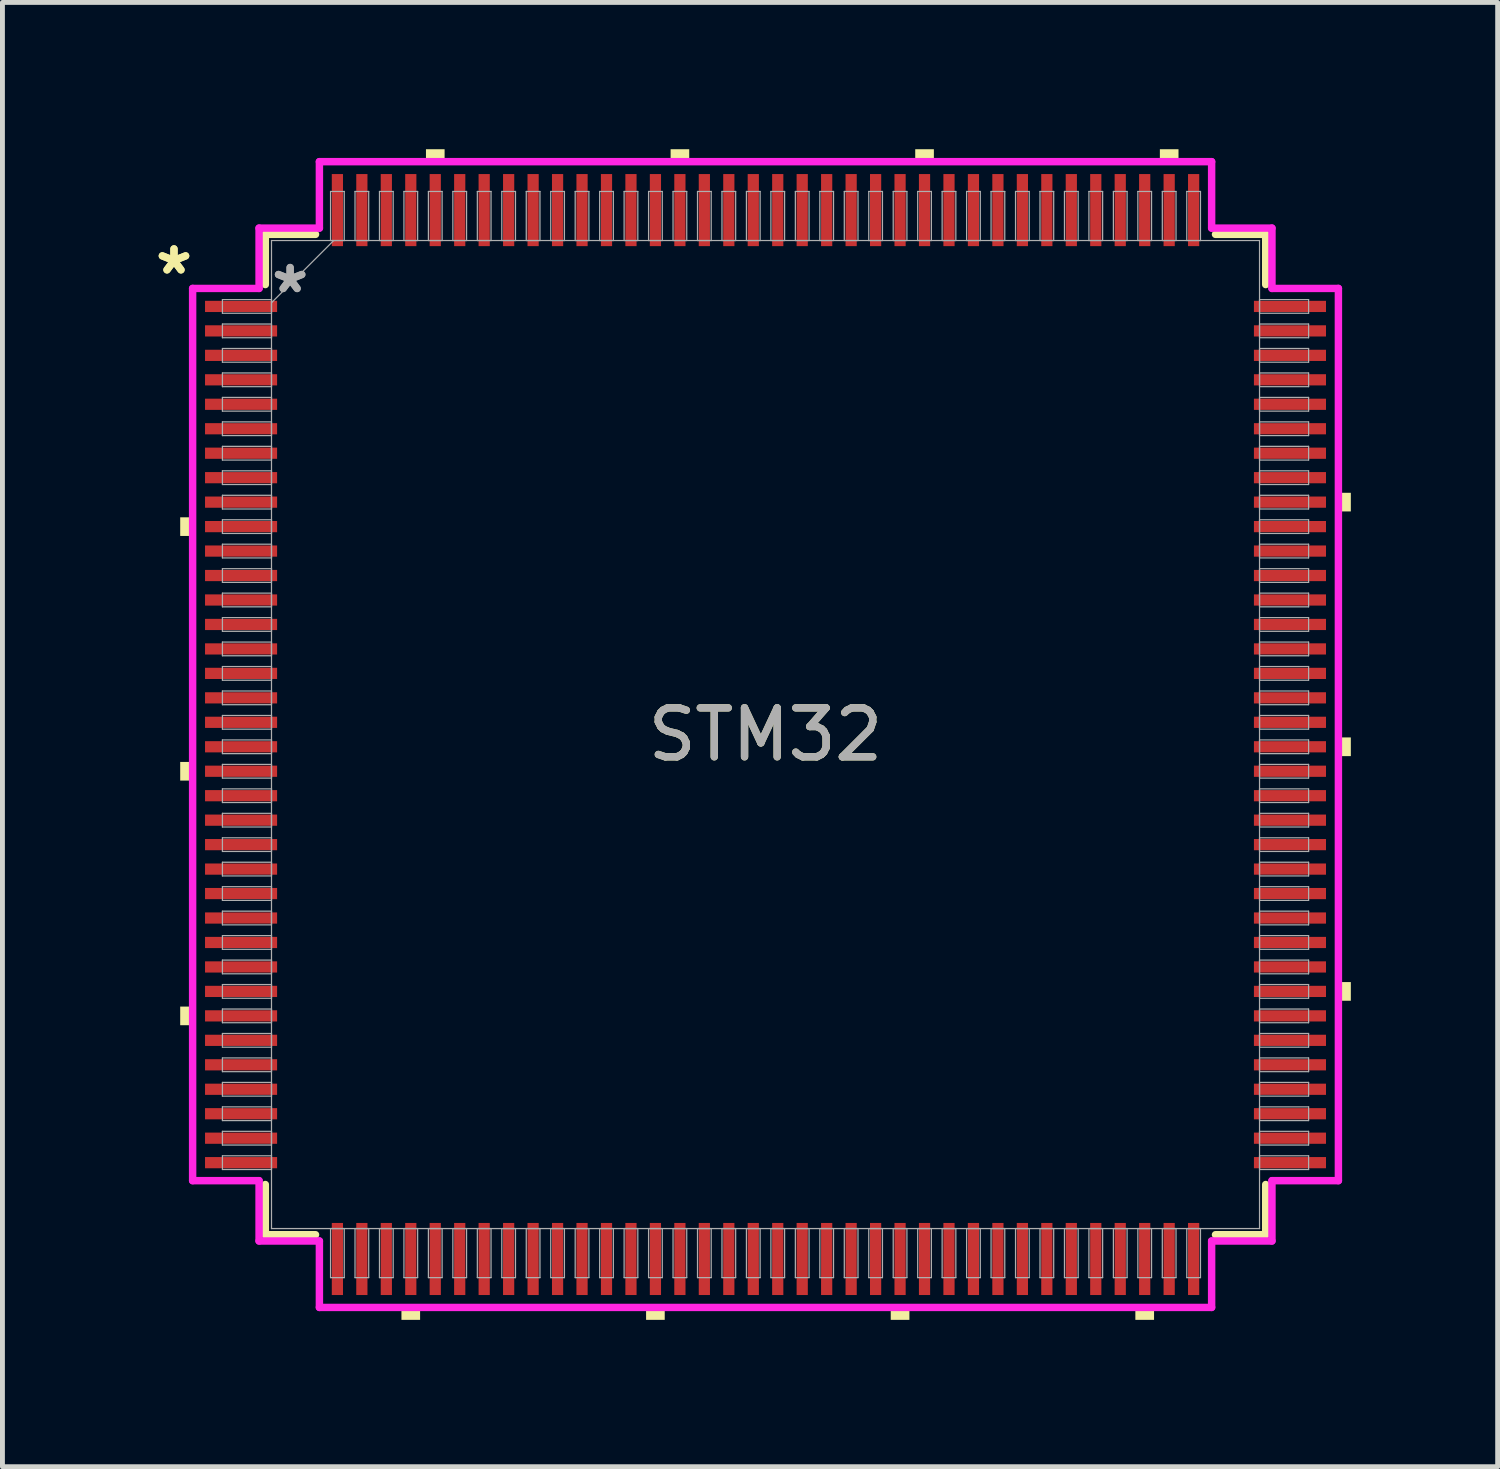
<source format=kicad_pcb>
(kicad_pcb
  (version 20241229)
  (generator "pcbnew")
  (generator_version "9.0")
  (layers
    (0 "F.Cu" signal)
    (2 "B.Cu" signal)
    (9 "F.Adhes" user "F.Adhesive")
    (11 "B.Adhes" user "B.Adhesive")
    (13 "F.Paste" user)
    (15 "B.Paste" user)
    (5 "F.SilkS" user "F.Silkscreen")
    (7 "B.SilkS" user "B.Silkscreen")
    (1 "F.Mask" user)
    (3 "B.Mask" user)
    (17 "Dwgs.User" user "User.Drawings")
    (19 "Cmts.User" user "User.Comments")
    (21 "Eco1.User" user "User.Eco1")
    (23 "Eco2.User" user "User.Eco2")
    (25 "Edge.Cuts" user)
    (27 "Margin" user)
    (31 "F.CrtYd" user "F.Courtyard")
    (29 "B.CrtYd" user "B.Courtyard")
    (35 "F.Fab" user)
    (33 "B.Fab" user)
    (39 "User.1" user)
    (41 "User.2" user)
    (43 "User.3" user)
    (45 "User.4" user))
  (footprint "STM32"
    (layer "F.Cu")
    (at 12.596 11.963)
    (property "Reference" "STM32" (at 0 0 0) (unlocked yes) (layer "F.SilkS") (effects (font (size 1 1) (thickness 0.15))))
    (attr smd)
    (fp_line (start -10.223 -10.223) (end -10.223 -9.197) (stroke (width 0.152) (type solid)) (layer "F.SilkS"))
    (fp_line (start -10.223 9.197) (end -10.223 10.223) (stroke (width 0.152) (type solid)) (layer "F.SilkS"))
    (fp_line (start -10.223 10.223) (end -9.197 10.223) (stroke (width 0.152) (type solid)) (layer "F.SilkS"))
    (fp_line (start -9.197 -10.223) (end -10.223 -10.223) (stroke (width 0.152) (type solid)) (layer "F.SilkS"))
    (fp_line (start 9.197 10.223) (end 10.223 10.223) (stroke (width 0.152) (type solid)) (layer "F.SilkS"))
    (fp_line (start 10.223 -10.223) (end 9.197 -10.223) (stroke (width 0.152) (type solid)) (layer "F.SilkS"))
    (fp_line (start 10.223 -9.197) (end 10.223 -10.223) (stroke (width 0.152) (type solid)) (layer "F.SilkS"))
    (fp_line (start 10.223 10.223) (end 10.223 9.197) (stroke (width 0.152) (type solid)) (layer "F.SilkS"))
    (fp_poly (pts (xy -11.963 -4.44) (xy -11.963 -4.059) (xy -11.709 -4.059) (xy -11.709 -4.44)) (stroke (width 0) (type solid)) (fill yes) (layer "F.SilkS"))
    (fp_poly (pts (xy -11.963 0.56) (xy -11.963 0.941) (xy -11.709 0.941) (xy -11.709 0.56)) (stroke (width 0) (type solid)) (fill yes) (layer "F.SilkS"))
    (fp_poly (pts (xy -11.963 5.56) (xy -11.963 5.941) (xy -11.709 5.941) (xy -11.709 5.56)) (stroke (width 0) (type solid)) (fill yes) (layer "F.SilkS"))
    (fp_poly (pts (xy -7.441 11.709) (xy -7.441 11.963) (xy -7.06 11.963) (xy -7.06 11.709)) (stroke (width 0) (type solid)) (fill yes) (layer "F.SilkS"))
    (fp_poly (pts (xy -6.94 -11.709) (xy -6.94 -11.963) (xy -6.559 -11.963) (xy -6.559 -11.709)) (stroke (width 0) (type solid)) (fill yes) (layer "F.SilkS"))
    (fp_poly (pts (xy -2.441 11.709) (xy -2.441 11.963) (xy -2.06 11.963) (xy -2.06 11.709)) (stroke (width 0) (type solid)) (fill yes) (layer "F.SilkS"))
    (fp_poly (pts (xy -1.94 -11.709) (xy -1.94 -11.963) (xy -1.559 -11.963) (xy -1.559 -11.709)) (stroke (width 0) (type solid)) (fill yes) (layer "F.SilkS"))
    (fp_poly (pts (xy 2.559 11.709) (xy 2.559 11.963) (xy 2.941 11.963) (xy 2.941 11.709)) (stroke (width 0) (type solid)) (fill yes) (layer "F.SilkS"))
    (fp_poly (pts (xy 3.06 -11.709) (xy 3.06 -11.963) (xy 3.441 -11.963) (xy 3.441 -11.709)) (stroke (width 0) (type solid)) (fill yes) (layer "F.SilkS"))
    (fp_poly (pts (xy 7.559 11.709) (xy 7.559 11.963) (xy 7.941 11.963) (xy 7.941 11.709)) (stroke (width 0) (type solid)) (fill yes) (layer "F.SilkS"))
    (fp_poly (pts (xy 8.06 -11.709) (xy 8.06 -11.963) (xy 8.441 -11.963) (xy 8.441 -11.709)) (stroke (width 0) (type solid)) (fill yes) (layer "F.SilkS"))
    (fp_poly (pts (xy 11.963 -4.941) (xy 11.963 -4.56) (xy 11.709 -4.56) (xy 11.709 -4.941)) (stroke (width 0) (type solid)) (fill yes) (layer "F.SilkS"))
    (fp_poly (pts (xy 11.963 0.059) (xy 11.963 0.441) (xy 11.709 0.441) (xy 11.709 0.059)) (stroke (width 0) (type solid)) (fill yes) (layer "F.SilkS"))
    (fp_poly (pts (xy 11.963 5.059) (xy 11.963 5.441) (xy 11.709 5.441) (xy 11.709 5.059)) (stroke (width 0) (type solid)) (fill yes) (layer "F.SilkS"))
    (fp_line (start -11.709 -9.118) (end -10.351 -9.118) (stroke (width 0.152) (type solid)) (layer "F.CrtYd"))
    (fp_line (start -11.709 9.118) (end -11.709 -9.118) (stroke (width 0.152) (type solid)) (layer "F.CrtYd"))
    (fp_line (start -10.351 -10.351) (end -9.118 -10.351) (stroke (width 0.152) (type solid)) (layer "F.CrtYd"))
    (fp_line (start -10.351 -9.118) (end -10.351 -10.351) (stroke (width 0.152) (type solid)) (layer "F.CrtYd"))
    (fp_line (start -10.351 9.118) (end -11.709 9.118) (stroke (width 0.152) (type solid)) (layer "F.CrtYd"))
    (fp_line (start -10.351 10.351) (end -10.351 9.118) (stroke (width 0.152) (type solid)) (layer "F.CrtYd"))
    (fp_line (start -10.351 10.351) (end -9.118 10.351) (stroke (width 0.152) (type solid)) (layer "F.CrtYd"))
    (fp_line (start -9.118 -11.709) (end 9.118 -11.709) (stroke (width 0.152) (type solid)) (layer "F.CrtYd"))
    (fp_line (start -9.118 -10.351) (end -9.118 -11.709) (stroke (width 0.152) (type solid)) (layer "F.CrtYd"))
    (fp_line (start -9.118 10.351) (end -9.118 11.709) (stroke (width 0.152) (type solid)) (layer "F.CrtYd"))
    (fp_line (start -9.118 11.709) (end 9.118 11.709) (stroke (width 0.152) (type solid)) (layer "F.CrtYd"))
    (fp_line (start 9.118 -11.709) (end 9.118 -10.351) (stroke (width 0.152) (type solid)) (layer "F.CrtYd"))
    (fp_line (start 9.118 -10.351) (end 10.351 -10.351) (stroke (width 0.152) (type solid)) (layer "F.CrtYd"))
    (fp_line (start 9.118 10.351) (end 10.351 10.351) (stroke (width 0.152) (type solid)) (layer "F.CrtYd"))
    (fp_line (start 9.118 11.709) (end 9.118 10.351) (stroke (width 0.152) (type solid)) (layer "F.CrtYd"))
    (fp_line (start 10.351 -9.118) (end 10.351 -10.351) (stroke (width 0.152) (type solid)) (layer "F.CrtYd"))
    (fp_line (start 10.351 9.118) (end 11.709 9.118) (stroke (width 0.152) (type solid)) (layer "F.CrtYd"))
    (fp_line (start 10.351 10.351) (end 10.351 9.118) (stroke (width 0.152) (type solid)) (layer "F.CrtYd"))
    (fp_line (start 11.709 -9.118) (end 10.351 -9.118) (stroke (width 0.152) (type solid)) (layer "F.CrtYd"))
    (fp_line (start 11.709 9.118) (end 11.709 -9.118) (stroke (width 0.152) (type solid)) (layer "F.CrtYd"))
    (fp_line (start -11.1 -8.89) (end -11.1 -8.61) (stroke (width 0.025) (type solid)) (layer "F.Fab"))
    (fp_line (start -11.1 -8.61) (end -10.097 -8.61) (stroke (width 0.025) (type solid)) (layer "F.Fab"))
    (fp_line (start -11.1 -8.39) (end -11.1 -8.11) (stroke (width 0.025) (type solid)) (layer "F.Fab"))
    (fp_line (start -11.1 -8.11) (end -10.097 -8.11) (stroke (width 0.025) (type solid)) (layer "F.Fab"))
    (fp_line (start -11.1 -7.89) (end -11.1 -7.61) (stroke (width 0.025) (type solid)) (layer "F.Fab"))
    (fp_line (start -11.1 -7.61) (end -10.097 -7.61) (stroke (width 0.025) (type solid)) (layer "F.Fab"))
    (fp_line (start -11.1 -7.39) (end -11.1 -7.11) (stroke (width 0.025) (type solid)) (layer "F.Fab"))
    (fp_line (start -11.1 -7.11) (end -10.097 -7.11) (stroke (width 0.025) (type solid)) (layer "F.Fab"))
    (fp_line (start -11.1 -6.89) (end -11.1 -6.61) (stroke (width 0.025) (type solid)) (layer "F.Fab"))
    (fp_line (start -11.1 -6.61) (end -10.097 -6.61) (stroke (width 0.025) (type solid)) (layer "F.Fab"))
    (fp_line (start -11.1 -6.39) (end -11.1 -6.11) (stroke (width 0.025) (type solid)) (layer "F.Fab"))
    (fp_line (start -11.1 -6.11) (end -10.097 -6.11) (stroke (width 0.025) (type solid)) (layer "F.Fab"))
    (fp_line (start -11.1 -5.89) (end -11.1 -5.61) (stroke (width 0.025) (type solid)) (layer "F.Fab"))
    (fp_line (start -11.1 -5.61) (end -10.097 -5.61) (stroke (width 0.025) (type solid)) (layer "F.Fab"))
    (fp_line (start -11.1 -5.39) (end -11.1 -5.11) (stroke (width 0.025) (type solid)) (layer "F.Fab"))
    (fp_line (start -11.1 -5.11) (end -10.097 -5.11) (stroke (width 0.025) (type solid)) (layer "F.Fab"))
    (fp_line (start -11.1 -4.89) (end -11.1 -4.61) (stroke (width 0.025) (type solid)) (layer "F.Fab"))
    (fp_line (start -11.1 -4.61) (end -10.097 -4.61) (stroke (width 0.025) (type solid)) (layer "F.Fab"))
    (fp_line (start -11.1 -4.39) (end -11.1 -4.11) (stroke (width 0.025) (type solid)) (layer "F.Fab"))
    (fp_line (start -11.1 -4.11) (end -10.097 -4.11) (stroke (width 0.025) (type solid)) (layer "F.Fab"))
    (fp_line (start -11.1 -3.89) (end -11.1 -3.61) (stroke (width 0.025) (type solid)) (layer "F.Fab"))
    (fp_line (start -11.1 -3.61) (end -10.097 -3.61) (stroke (width 0.025) (type solid)) (layer "F.Fab"))
    (fp_line (start -11.1 -3.39) (end -11.1 -3.11) (stroke (width 0.025) (type solid)) (layer "F.Fab"))
    (fp_line (start -11.1 -3.11) (end -10.097 -3.11) (stroke (width 0.025) (type solid)) (layer "F.Fab"))
    (fp_line (start -11.1 -2.89) (end -11.1 -2.61) (stroke (width 0.025) (type solid)) (layer "F.Fab"))
    (fp_line (start -11.1 -2.61) (end -10.097 -2.61) (stroke (width 0.025) (type solid)) (layer "F.Fab"))
    (fp_line (start -11.1 -2.39) (end -11.1 -2.11) (stroke (width 0.025) (type solid)) (layer "F.Fab"))
    (fp_line (start -11.1 -2.11) (end -10.097 -2.11) (stroke (width 0.025) (type solid)) (layer "F.Fab"))
    (fp_line (start -11.1 -1.89) (end -11.1 -1.61) (stroke (width 0.025) (type solid)) (layer "F.Fab"))
    (fp_line (start -11.1 -1.61) (end -10.097 -1.61) (stroke (width 0.025) (type solid)) (layer "F.Fab"))
    (fp_line (start -11.1 -1.39) (end -11.1 -1.11) (stroke (width 0.025) (type solid)) (layer "F.Fab"))
    (fp_line (start -11.1 -1.11) (end -10.097 -1.11) (stroke (width 0.025) (type solid)) (layer "F.Fab"))
    (fp_line (start -11.1 -0.89) (end -11.1 -0.61) (stroke (width 0.025) (type solid)) (layer "F.Fab"))
    (fp_line (start -11.1 -0.61) (end -10.097 -0.61) (stroke (width 0.025) (type solid)) (layer "F.Fab"))
    (fp_line (start -11.1 -0.39) (end -11.1 -0.11) (stroke (width 0.025) (type solid)) (layer "F.Fab"))
    (fp_line (start -11.1 -0.11) (end -10.097 -0.11) (stroke (width 0.025) (type solid)) (layer "F.Fab"))
    (fp_line (start -11.1 0.11) (end -11.1 0.39) (stroke (width 0.025) (type solid)) (layer "F.Fab"))
    (fp_line (start -11.1 0.39) (end -10.097 0.39) (stroke (width 0.025) (type solid)) (layer "F.Fab"))
    (fp_line (start -11.1 0.61) (end -11.1 0.89) (stroke (width 0.025) (type solid)) (layer "F.Fab"))
    (fp_line (start -11.1 0.89) (end -10.097 0.89) (stroke (width 0.025) (type solid)) (layer "F.Fab"))
    (fp_line (start -11.1 1.11) (end -11.1 1.39) (stroke (width 0.025) (type solid)) (layer "F.Fab"))
    (fp_line (start -11.1 1.39) (end -10.097 1.39) (stroke (width 0.025) (type solid)) (layer "F.Fab"))
    (fp_line (start -11.1 1.61) (end -11.1 1.89) (stroke (width 0.025) (type solid)) (layer "F.Fab"))
    (fp_line (start -11.1 1.89) (end -10.097 1.89) (stroke (width 0.025) (type solid)) (layer "F.Fab"))
    (fp_line (start -11.1 2.11) (end -11.1 2.39) (stroke (width 0.025) (type solid)) (layer "F.Fab"))
    (fp_line (start -11.1 2.39) (end -10.097 2.39) (stroke (width 0.025) (type solid)) (layer "F.Fab"))
    (fp_line (start -11.1 2.61) (end -11.1 2.89) (stroke (width 0.025) (type solid)) (layer "F.Fab"))
    (fp_line (start -11.1 2.89) (end -10.097 2.89) (stroke (width 0.025) (type solid)) (layer "F.Fab"))
    (fp_line (start -11.1 3.11) (end -11.1 3.39) (stroke (width 0.025) (type solid)) (layer "F.Fab"))
    (fp_line (start -11.1 3.39) (end -10.097 3.39) (stroke (width 0.025) (type solid)) (layer "F.Fab"))
    (fp_line (start -11.1 3.61) (end -11.1 3.89) (stroke (width 0.025) (type solid)) (layer "F.Fab"))
    (fp_line (start -11.1 3.89) (end -10.097 3.89) (stroke (width 0.025) (type solid)) (layer "F.Fab"))
    (fp_line (start -11.1 4.11) (end -11.1 4.39) (stroke (width 0.025) (type solid)) (layer "F.Fab"))
    (fp_line (start -11.1 4.39) (end -10.097 4.39) (stroke (width 0.025) (type solid)) (layer "F.Fab"))
    (fp_line (start -11.1 4.61) (end -11.1 4.89) (stroke (width 0.025) (type solid)) (layer "F.Fab"))
    (fp_line (start -11.1 4.89) (end -10.097 4.89) (stroke (width 0.025) (type solid)) (layer "F.Fab"))
    (fp_line (start -11.1 5.11) (end -11.1 5.39) (stroke (width 0.025) (type solid)) (layer "F.Fab"))
    (fp_line (start -11.1 5.39) (end -10.097 5.39) (stroke (width 0.025) (type solid)) (layer "F.Fab"))
    (fp_line (start -11.1 5.61) (end -11.1 5.89) (stroke (width 0.025) (type solid)) (layer "F.Fab"))
    (fp_line (start -11.1 5.89) (end -10.097 5.89) (stroke (width 0.025) (type solid)) (layer "F.Fab"))
    (fp_line (start -11.1 6.11) (end -11.1 6.39) (stroke (width 0.025) (type solid)) (layer "F.Fab"))
    (fp_line (start -11.1 6.39) (end -10.097 6.39) (stroke (width 0.025) (type solid)) (layer "F.Fab"))
    (fp_line (start -11.1 6.61) (end -11.1 6.89) (stroke (width 0.025) (type solid)) (layer "F.Fab"))
    (fp_line (start -11.1 6.89) (end -10.097 6.89) (stroke (width 0.025) (type solid)) (layer "F.Fab"))
    (fp_line (start -11.1 7.11) (end -11.1 7.39) (stroke (width 0.025) (type solid)) (layer "F.Fab"))
    (fp_line (start -11.1 7.39) (end -10.097 7.39) (stroke (width 0.025) (type solid)) (layer "F.Fab"))
    (fp_line (start -11.1 7.61) (end -11.1 7.89) (stroke (width 0.025) (type solid)) (layer "F.Fab"))
    (fp_line (start -11.1 7.89) (end -10.097 7.89) (stroke (width 0.025) (type solid)) (layer "F.Fab"))
    (fp_line (start -11.1 8.11) (end -11.1 8.39) (stroke (width 0.025) (type solid)) (layer "F.Fab"))
    (fp_line (start -11.1 8.39) (end -10.097 8.39) (stroke (width 0.025) (type solid)) (layer "F.Fab"))
    (fp_line (start -11.1 8.61) (end -11.1 8.89) (stroke (width 0.025) (type solid)) (layer "F.Fab"))
    (fp_line (start -11.1 8.89) (end -10.097 8.89) (stroke (width 0.025) (type solid)) (layer "F.Fab"))
    (fp_line (start -10.097 -10.097) (end -10.097 -10.097) (stroke (width 0.025) (type solid)) (layer "F.Fab"))
    (fp_line (start -10.097 -10.097) (end -10.097 10.097) (stroke (width 0.025) (type solid)) (layer "F.Fab"))
    (fp_line (start -10.097 -8.89) (end -11.1 -8.89) (stroke (width 0.025) (type solid)) (layer "F.Fab"))
    (fp_line (start -10.097 -8.826) (end -8.826 -10.097) (stroke (width 0.025) (type solid)) (layer "F.Fab"))
    (fp_line (start -10.097 -8.61) (end -10.097 -8.89) (stroke (width 0.025) (type solid)) (layer "F.Fab"))
    (fp_line (start -10.097 -8.39) (end -11.1 -8.39) (stroke (width 0.025) (type solid)) (layer "F.Fab"))
    (fp_line (start -10.097 -8.11) (end -10.097 -8.39) (stroke (width 0.025) (type solid)) (layer "F.Fab"))
    (fp_line (start -10.097 -7.89) (end -11.1 -7.89) (stroke (width 0.025) (type solid)) (layer "F.Fab"))
    (fp_line (start -10.097 -7.61) (end -10.097 -7.89) (stroke (width 0.025) (type solid)) (layer "F.Fab"))
    (fp_line (start -10.097 -7.39) (end -11.1 -7.39) (stroke (width 0.025) (type solid)) (layer "F.Fab"))
    (fp_line (start -10.097 -7.11) (end -10.097 -7.39) (stroke (width 0.025) (type solid)) (layer "F.Fab"))
    (fp_line (start -10.097 -6.89) (end -11.1 -6.89) (stroke (width 0.025) (type solid)) (layer "F.Fab"))
    (fp_line (start -10.097 -6.61) (end -10.097 -6.89) (stroke (width 0.025) (type solid)) (layer "F.Fab"))
    (fp_line (start -10.097 -6.39) (end -11.1 -6.39) (stroke (width 0.025) (type solid)) (layer "F.Fab"))
    (fp_line (start -10.097 -6.11) (end -10.097 -6.39) (stroke (width 0.025) (type solid)) (layer "F.Fab"))
    (fp_line (start -10.097 -5.89) (end -11.1 -5.89) (stroke (width 0.025) (type solid)) (layer "F.Fab"))
    (fp_line (start -10.097 -5.61) (end -10.097 -5.89) (stroke (width 0.025) (type solid)) (layer "F.Fab"))
    (fp_line (start -10.097 -5.39) (end -11.1 -5.39) (stroke (width 0.025) (type solid)) (layer "F.Fab"))
    (fp_line (start -10.097 -5.11) (end -10.097 -5.39) (stroke (width 0.025) (type solid)) (layer "F.Fab"))
    (fp_line (start -10.097 -4.89) (end -11.1 -4.89) (stroke (width 0.025) (type solid)) (layer "F.Fab"))
    (fp_line (start -10.097 -4.61) (end -10.097 -4.89) (stroke (width 0.025) (type solid)) (layer "F.Fab"))
    (fp_line (start -10.097 -4.39) (end -11.1 -4.39) (stroke (width 0.025) (type solid)) (layer "F.Fab"))
    (fp_line (start -10.097 -4.11) (end -10.097 -4.39) (stroke (width 0.025) (type solid)) (layer "F.Fab"))
    (fp_line (start -10.097 -3.89) (end -11.1 -3.89) (stroke (width 0.025) (type solid)) (layer "F.Fab"))
    (fp_line (start -10.097 -3.61) (end -10.097 -3.89) (stroke (width 0.025) (type solid)) (layer "F.Fab"))
    (fp_line (start -10.097 -3.39) (end -11.1 -3.39) (stroke (width 0.025) (type solid)) (layer "F.Fab"))
    (fp_line (start -10.097 -3.11) (end -10.097 -3.39) (stroke (width 0.025) (type solid)) (layer "F.Fab"))
    (fp_line (start -10.097 -2.89) (end -11.1 -2.89) (stroke (width 0.025) (type solid)) (layer "F.Fab"))
    (fp_line (start -10.097 -2.61) (end -10.097 -2.89) (stroke (width 0.025) (type solid)) (layer "F.Fab"))
    (fp_line (start -10.097 -2.39) (end -11.1 -2.39) (stroke (width 0.025) (type solid)) (layer "F.Fab"))
    (fp_line (start -10.097 -2.11) (end -10.097 -2.39) (stroke (width 0.025) (type solid)) (layer "F.Fab"))
    (fp_line (start -10.097 -1.89) (end -11.1 -1.89) (stroke (width 0.025) (type solid)) (layer "F.Fab"))
    (fp_line (start -10.097 -1.61) (end -10.097 -1.89) (stroke (width 0.025) (type solid)) (layer "F.Fab"))
    (fp_line (start -10.097 -1.39) (end -11.1 -1.39) (stroke (width 0.025) (type solid)) (layer "F.Fab"))
    (fp_line (start -10.097 -1.11) (end -10.097 -1.39) (stroke (width 0.025) (type solid)) (layer "F.Fab"))
    (fp_line (start -10.097 -0.89) (end -11.1 -0.89) (stroke (width 0.025) (type solid)) (layer "F.Fab"))
    (fp_line (start -10.097 -0.61) (end -10.097 -0.89) (stroke (width 0.025) (type solid)) (layer "F.Fab"))
    (fp_line (start -10.097 -0.39) (end -11.1 -0.39) (stroke (width 0.025) (type solid)) (layer "F.Fab"))
    (fp_line (start -10.097 -0.11) (end -10.097 -0.39) (stroke (width 0.025) (type solid)) (layer "F.Fab"))
    (fp_line (start -10.097 0.11) (end -11.1 0.11) (stroke (width 0.025) (type solid)) (layer "F.Fab"))
    (fp_line (start -10.097 0.39) (end -10.097 0.11) (stroke (width 0.025) (type solid)) (layer "F.Fab"))
    (fp_line (start -10.097 0.61) (end -11.1 0.61) (stroke (width 0.025) (type solid)) (layer "F.Fab"))
    (fp_line (start -10.097 0.89) (end -10.097 0.61) (stroke (width 0.025) (type solid)) (layer "F.Fab"))
    (fp_line (start -10.097 1.11) (end -11.1 1.11) (stroke (width 0.025) (type solid)) (layer "F.Fab"))
    (fp_line (start -10.097 1.39) (end -10.097 1.11) (stroke (width 0.025) (type solid)) (layer "F.Fab"))
    (fp_line (start -10.097 1.61) (end -11.1 1.61) (stroke (width 0.025) (type solid)) (layer "F.Fab"))
    (fp_line (start -10.097 1.89) (end -10.097 1.61) (stroke (width 0.025) (type solid)) (layer "F.Fab"))
    (fp_line (start -10.097 2.11) (end -11.1 2.11) (stroke (width 0.025) (type solid)) (layer "F.Fab"))
    (fp_line (start -10.097 2.39) (end -10.097 2.11) (stroke (width 0.025) (type solid)) (layer "F.Fab"))
    (fp_line (start -10.097 2.61) (end -11.1 2.61) (stroke (width 0.025) (type solid)) (layer "F.Fab"))
    (fp_line (start -10.097 2.89) (end -10.097 2.61) (stroke (width 0.025) (type solid)) (layer "F.Fab"))
    (fp_line (start -10.097 3.11) (end -11.1 3.11) (stroke (width 0.025) (type solid)) (layer "F.Fab"))
    (fp_line (start -10.097 3.39) (end -10.097 3.11) (stroke (width 0.025) (type solid)) (layer "F.Fab"))
    (fp_line (start -10.097 3.61) (end -11.1 3.61) (stroke (width 0.025) (type solid)) (layer "F.Fab"))
    (fp_line (start -10.097 3.89) (end -10.097 3.61) (stroke (width 0.025) (type solid)) (layer "F.Fab"))
    (fp_line (start -10.097 4.11) (end -11.1 4.11) (stroke (width 0.025) (type solid)) (layer "F.Fab"))
    (fp_line (start -10.097 4.39) (end -10.097 4.11) (stroke (width 0.025) (type solid)) (layer "F.Fab"))
    (fp_line (start -10.097 4.61) (end -11.1 4.61) (stroke (width 0.025) (type solid)) (layer "F.Fab"))
    (fp_line (start -10.097 4.89) (end -10.097 4.61) (stroke (width 0.025) (type solid)) (layer "F.Fab"))
    (fp_line (start -10.097 5.11) (end -11.1 5.11) (stroke (width 0.025) (type solid)) (layer "F.Fab"))
    (fp_line (start -10.097 5.39) (end -10.097 5.11) (stroke (width 0.025) (type solid)) (layer "F.Fab"))
    (fp_line (start -10.097 5.61) (end -11.1 5.61) (stroke (width 0.025) (type solid)) (layer "F.Fab"))
    (fp_line (start -10.097 5.89) (end -10.097 5.61) (stroke (width 0.025) (type solid)) (layer "F.Fab"))
    (fp_line (start -10.097 6.11) (end -11.1 6.11) (stroke (width 0.025) (type solid)) (layer "F.Fab"))
    (fp_line (start -10.097 6.39) (end -10.097 6.11) (stroke (width 0.025) (type solid)) (layer "F.Fab"))
    (fp_line (start -10.097 6.61) (end -11.1 6.61) (stroke (width 0.025) (type solid)) (layer "F.Fab"))
    (fp_line (start -10.097 6.89) (end -10.097 6.61) (stroke (width 0.025) (type solid)) (layer "F.Fab"))
    (fp_line (start -10.097 7.11) (end -11.1 7.11) (stroke (width 0.025) (type solid)) (layer "F.Fab"))
    (fp_line (start -10.097 7.39) (end -10.097 7.11) (stroke (width 0.025) (type solid)) (layer "F.Fab"))
    (fp_line (start -10.097 7.61) (end -11.1 7.61) (stroke (width 0.025) (type solid)) (layer "F.Fab"))
    (fp_line (start -10.097 7.89) (end -10.097 7.61) (stroke (width 0.025) (type solid)) (layer "F.Fab"))
    (fp_line (start -10.097 8.11) (end -11.1 8.11) (stroke (width 0.025) (type solid)) (layer "F.Fab"))
    (fp_line (start -10.097 8.39) (end -10.097 8.11) (stroke (width 0.025) (type solid)) (layer "F.Fab"))
    (fp_line (start -10.097 8.61) (end -11.1 8.61) (stroke (width 0.025) (type solid)) (layer "F.Fab"))
    (fp_line (start -10.097 8.89) (end -10.097 8.61) (stroke (width 0.025) (type solid)) (layer "F.Fab"))
    (fp_line (start -10.097 10.097) (end -10.097 10.097) (stroke (width 0.025) (type solid)) (layer "F.Fab"))
    (fp_line (start -10.097 10.097) (end 10.097 10.097) (stroke (width 0.025) (type solid)) (layer "F.Fab"))
    (fp_line (start -8.89 -11.1) (end -8.89 -10.097) (stroke (width 0.025) (type solid)) (layer "F.Fab"))
    (fp_line (start -8.89 -10.097) (end -8.61 -10.097) (stroke (width 0.025) (type solid)) (layer "F.Fab"))
    (fp_line (start -8.89 10.097) (end -8.89 11.1) (stroke (width 0.025) (type solid)) (layer "F.Fab"))
    (fp_line (start -8.89 11.1) (end -8.61 11.1) (stroke (width 0.025) (type solid)) (layer "F.Fab"))
    (fp_line (start -8.61 -11.1) (end -8.89 -11.1) (stroke (width 0.025) (type solid)) (layer "F.Fab"))
    (fp_line (start -8.61 -10.097) (end -8.61 -11.1) (stroke (width 0.025) (type solid)) (layer "F.Fab"))
    (fp_line (start -8.61 10.097) (end -8.89 10.097) (stroke (width 0.025) (type solid)) (layer "F.Fab"))
    (fp_line (start -8.61 11.1) (end -8.61 10.097) (stroke (width 0.025) (type solid)) (layer "F.Fab"))
    (fp_line (start -8.39 -11.1) (end -8.39 -10.097) (stroke (width 0.025) (type solid)) (layer "F.Fab"))
    (fp_line (start -8.39 -10.097) (end -8.11 -10.097) (stroke (width 0.025) (type solid)) (layer "F.Fab"))
    (fp_line (start -8.39 10.097) (end -8.39 11.1) (stroke (width 0.025) (type solid)) (layer "F.Fab"))
    (fp_line (start -8.39 11.1) (end -8.11 11.1) (stroke (width 0.025) (type solid)) (layer "F.Fab"))
    (fp_line (start -8.11 -11.1) (end -8.39 -11.1) (stroke (width 0.025) (type solid)) (layer "F.Fab"))
    (fp_line (start -8.11 -10.097) (end -8.11 -11.1) (stroke (width 0.025) (type solid)) (layer "F.Fab"))
    (fp_line (start -8.11 10.097) (end -8.39 10.097) (stroke (width 0.025) (type solid)) (layer "F.Fab"))
    (fp_line (start -8.11 11.1) (end -8.11 10.097) (stroke (width 0.025) (type solid)) (layer "F.Fab"))
    (fp_line (start -7.89 -11.1) (end -7.89 -10.097) (stroke (width 0.025) (type solid)) (layer "F.Fab"))
    (fp_line (start -7.89 -10.097) (end -7.61 -10.097) (stroke (width 0.025) (type solid)) (layer "F.Fab"))
    (fp_line (start -7.89 10.097) (end -7.89 11.1) (stroke (width 0.025) (type solid)) (layer "F.Fab"))
    (fp_line (start -7.89 11.1) (end -7.61 11.1) (stroke (width 0.025) (type solid)) (layer "F.Fab"))
    (fp_line (start -7.61 -11.1) (end -7.89 -11.1) (stroke (width 0.025) (type solid)) (layer "F.Fab"))
    (fp_line (start -7.61 -10.097) (end -7.61 -11.1) (stroke (width 0.025) (type solid)) (layer "F.Fab"))
    (fp_line (start -7.61 10.097) (end -7.89 10.097) (stroke (width 0.025) (type solid)) (layer "F.Fab"))
    (fp_line (start -7.61 11.1) (end -7.61 10.097) (stroke (width 0.025) (type solid)) (layer "F.Fab"))
    (fp_line (start -7.39 -11.1) (end -7.39 -10.097) (stroke (width 0.025) (type solid)) (layer "F.Fab"))
    (fp_line (start -7.39 -10.097) (end -7.11 -10.097) (stroke (width 0.025) (type solid)) (layer "F.Fab"))
    (fp_line (start -7.39 10.097) (end -7.39 11.1) (stroke (width 0.025) (type solid)) (layer "F.Fab"))
    (fp_line (start -7.39 11.1) (end -7.11 11.1) (stroke (width 0.025) (type solid)) (layer "F.Fab"))
    (fp_line (start -7.11 -11.1) (end -7.39 -11.1) (stroke (width 0.025) (type solid)) (layer "F.Fab"))
    (fp_line (start -7.11 -10.097) (end -7.11 -11.1) (stroke (width 0.025) (type solid)) (layer "F.Fab"))
    (fp_line (start -7.11 10.097) (end -7.39 10.097) (stroke (width 0.025) (type solid)) (layer "F.Fab"))
    (fp_line (start -7.11 11.1) (end -7.11 10.097) (stroke (width 0.025) (type solid)) (layer "F.Fab"))
    (fp_line (start -6.89 -11.1) (end -6.89 -10.097) (stroke (width 0.025) (type solid)) (layer "F.Fab"))
    (fp_line (start -6.89 -10.097) (end -6.61 -10.097) (stroke (width 0.025) (type solid)) (layer "F.Fab"))
    (fp_line (start -6.89 10.097) (end -6.89 11.1) (stroke (width 0.025) (type solid)) (layer "F.Fab"))
    (fp_line (start -6.89 11.1) (end -6.61 11.1) (stroke (width 0.025) (type solid)) (layer "F.Fab"))
    (fp_line (start -6.61 -11.1) (end -6.89 -11.1) (stroke (width 0.025) (type solid)) (layer "F.Fab"))
    (fp_line (start -6.61 -10.097) (end -6.61 -11.1) (stroke (width 0.025) (type solid)) (layer "F.Fab"))
    (fp_line (start -6.61 10.097) (end -6.89 10.097) (stroke (width 0.025) (type solid)) (layer "F.Fab"))
    (fp_line (start -6.61 11.1) (end -6.61 10.097) (stroke (width 0.025) (type solid)) (layer "F.Fab"))
    (fp_line (start -6.39 -11.1) (end -6.39 -10.097) (stroke (width 0.025) (type solid)) (layer "F.Fab"))
    (fp_line (start -6.39 -10.097) (end -6.11 -10.097) (stroke (width 0.025) (type solid)) (layer "F.Fab"))
    (fp_line (start -6.39 10.097) (end -6.39 11.1) (stroke (width 0.025) (type solid)) (layer "F.Fab"))
    (fp_line (start -6.39 11.1) (end -6.11 11.1) (stroke (width 0.025) (type solid)) (layer "F.Fab"))
    (fp_line (start -6.11 -11.1) (end -6.39 -11.1) (stroke (width 0.025) (type solid)) (layer "F.Fab"))
    (fp_line (start -6.11 -10.097) (end -6.11 -11.1) (stroke (width 0.025) (type solid)) (layer "F.Fab"))
    (fp_line (start -6.11 10.097) (end -6.39 10.097) (stroke (width 0.025) (type solid)) (layer "F.Fab"))
    (fp_line (start -6.11 11.1) (end -6.11 10.097) (stroke (width 0.025) (type solid)) (layer "F.Fab"))
    (fp_line (start -5.89 -11.1) (end -5.89 -10.097) (stroke (width 0.025) (type solid)) (layer "F.Fab"))
    (fp_line (start -5.89 -10.097) (end -5.61 -10.097) (stroke (width 0.025) (type solid)) (layer "F.Fab"))
    (fp_line (start -5.89 10.097) (end -5.89 11.1) (stroke (width 0.025) (type solid)) (layer "F.Fab"))
    (fp_line (start -5.89 11.1) (end -5.61 11.1) (stroke (width 0.025) (type solid)) (layer "F.Fab"))
    (fp_line (start -5.61 -11.1) (end -5.89 -11.1) (stroke (width 0.025) (type solid)) (layer "F.Fab"))
    (fp_line (start -5.61 -10.097) (end -5.61 -11.1) (stroke (width 0.025) (type solid)) (layer "F.Fab"))
    (fp_line (start -5.61 10.097) (end -5.89 10.097) (stroke (width 0.025) (type solid)) (layer "F.Fab"))
    (fp_line (start -5.61 11.1) (end -5.61 10.097) (stroke (width 0.025) (type solid)) (layer "F.Fab"))
    (fp_line (start -5.39 -11.1) (end -5.39 -10.097) (stroke (width 0.025) (type solid)) (layer "F.Fab"))
    (fp_line (start -5.39 -10.097) (end -5.11 -10.097) (stroke (width 0.025) (type solid)) (layer "F.Fab"))
    (fp_line (start -5.39 10.097) (end -5.39 11.1) (stroke (width 0.025) (type solid)) (layer "F.Fab"))
    (fp_line (start -5.39 11.1) (end -5.11 11.1) (stroke (width 0.025) (type solid)) (layer "F.Fab"))
    (fp_line (start -5.11 -11.1) (end -5.39 -11.1) (stroke (width 0.025) (type solid)) (layer "F.Fab"))
    (fp_line (start -5.11 -10.097) (end -5.11 -11.1) (stroke (width 0.025) (type solid)) (layer "F.Fab"))
    (fp_line (start -5.11 10.097) (end -5.39 10.097) (stroke (width 0.025) (type solid)) (layer "F.Fab"))
    (fp_line (start -5.11 11.1) (end -5.11 10.097) (stroke (width 0.025) (type solid)) (layer "F.Fab"))
    (fp_line (start -4.89 -11.1) (end -4.89 -10.097) (stroke (width 0.025) (type solid)) (layer "F.Fab"))
    (fp_line (start -4.89 -10.097) (end -4.61 -10.097) (stroke (width 0.025) (type solid)) (layer "F.Fab"))
    (fp_line (start -4.89 10.097) (end -4.89 11.1) (stroke (width 0.025) (type solid)) (layer "F.Fab"))
    (fp_line (start -4.89 11.1) (end -4.61 11.1) (stroke (width 0.025) (type solid)) (layer "F.Fab"))
    (fp_line (start -4.61 -11.1) (end -4.89 -11.1) (stroke (width 0.025) (type solid)) (layer "F.Fab"))
    (fp_line (start -4.61 -10.097) (end -4.61 -11.1) (stroke (width 0.025) (type solid)) (layer "F.Fab"))
    (fp_line (start -4.61 10.097) (end -4.89 10.097) (stroke (width 0.025) (type solid)) (layer "F.Fab"))
    (fp_line (start -4.61 11.1) (end -4.61 10.097) (stroke (width 0.025) (type solid)) (layer "F.Fab"))
    (fp_line (start -4.39 -11.1) (end -4.39 -10.097) (stroke (width 0.025) (type solid)) (layer "F.Fab"))
    (fp_line (start -4.39 -10.097) (end -4.11 -10.097) (stroke (width 0.025) (type solid)) (layer "F.Fab"))
    (fp_line (start -4.39 10.097) (end -4.39 11.1) (stroke (width 0.025) (type solid)) (layer "F.Fab"))
    (fp_line (start -4.39 11.1) (end -4.11 11.1) (stroke (width 0.025) (type solid)) (layer "F.Fab"))
    (fp_line (start -4.11 -11.1) (end -4.39 -11.1) (stroke (width 0.025) (type solid)) (layer "F.Fab"))
    (fp_line (start -4.11 -10.097) (end -4.11 -11.1) (stroke (width 0.025) (type solid)) (layer "F.Fab"))
    (fp_line (start -4.11 10.097) (end -4.39 10.097) (stroke (width 0.025) (type solid)) (layer "F.Fab"))
    (fp_line (start -4.11 11.1) (end -4.11 10.097) (stroke (width 0.025) (type solid)) (layer "F.Fab"))
    (fp_line (start -3.89 -11.1) (end -3.89 -10.097) (stroke (width 0.025) (type solid)) (layer "F.Fab"))
    (fp_line (start -3.89 -10.097) (end -3.61 -10.097) (stroke (width 0.025) (type solid)) (layer "F.Fab"))
    (fp_line (start -3.89 10.097) (end -3.89 11.1) (stroke (width 0.025) (type solid)) (layer "F.Fab"))
    (fp_line (start -3.89 11.1) (end -3.61 11.1) (stroke (width 0.025) (type solid)) (layer "F.Fab"))
    (fp_line (start -3.61 -11.1) (end -3.89 -11.1) (stroke (width 0.025) (type solid)) (layer "F.Fab"))
    (fp_line (start -3.61 -10.097) (end -3.61 -11.1) (stroke (width 0.025) (type solid)) (layer "F.Fab"))
    (fp_line (start -3.61 10.097) (end -3.89 10.097) (stroke (width 0.025) (type solid)) (layer "F.Fab"))
    (fp_line (start -3.61 11.1) (end -3.61 10.097) (stroke (width 0.025) (type solid)) (layer "F.Fab"))
    (fp_line (start -3.39 -11.1) (end -3.39 -10.097) (stroke (width 0.025) (type solid)) (layer "F.Fab"))
    (fp_line (start -3.39 -10.097) (end -3.11 -10.097) (stroke (width 0.025) (type solid)) (layer "F.Fab"))
    (fp_line (start -3.39 10.097) (end -3.39 11.1) (stroke (width 0.025) (type solid)) (layer "F.Fab"))
    (fp_line (start -3.39 11.1) (end -3.11 11.1) (stroke (width 0.025) (type solid)) (layer "F.Fab"))
    (fp_line (start -3.11 -11.1) (end -3.39 -11.1) (stroke (width 0.025) (type solid)) (layer "F.Fab"))
    (fp_line (start -3.11 -10.097) (end -3.11 -11.1) (stroke (width 0.025) (type solid)) (layer "F.Fab"))
    (fp_line (start -3.11 10.097) (end -3.39 10.097) (stroke (width 0.025) (type solid)) (layer "F.Fab"))
    (fp_line (start -3.11 11.1) (end -3.11 10.097) (stroke (width 0.025) (type solid)) (layer "F.Fab"))
    (fp_line (start -2.89 -11.1) (end -2.89 -10.097) (stroke (width 0.025) (type solid)) (layer "F.Fab"))
    (fp_line (start -2.89 -10.097) (end -2.61 -10.097) (stroke (width 0.025) (type solid)) (layer "F.Fab"))
    (fp_line (start -2.89 10.097) (end -2.89 11.1) (stroke (width 0.025) (type solid)) (layer "F.Fab"))
    (fp_line (start -2.89 11.1) (end -2.61 11.1) (stroke (width 0.025) (type solid)) (layer "F.Fab"))
    (fp_line (start -2.61 -11.1) (end -2.89 -11.1) (stroke (width 0.025) (type solid)) (layer "F.Fab"))
    (fp_line (start -2.61 -10.097) (end -2.61 -11.1) (stroke (width 0.025) (type solid)) (layer "F.Fab"))
    (fp_line (start -2.61 10.097) (end -2.89 10.097) (stroke (width 0.025) (type solid)) (layer "F.Fab"))
    (fp_line (start -2.61 11.1) (end -2.61 10.097) (stroke (width 0.025) (type solid)) (layer "F.Fab"))
    (fp_line (start -2.39 -11.1) (end -2.39 -10.097) (stroke (width 0.025) (type solid)) (layer "F.Fab"))
    (fp_line (start -2.39 -10.097) (end -2.11 -10.097) (stroke (width 0.025) (type solid)) (layer "F.Fab"))
    (fp_line (start -2.39 10.097) (end -2.39 11.1) (stroke (width 0.025) (type solid)) (layer "F.Fab"))
    (fp_line (start -2.39 11.1) (end -2.11 11.1) (stroke (width 0.025) (type solid)) (layer "F.Fab"))
    (fp_line (start -2.11 -11.1) (end -2.39 -11.1) (stroke (width 0.025) (type solid)) (layer "F.Fab"))
    (fp_line (start -2.11 -10.097) (end -2.11 -11.1) (stroke (width 0.025) (type solid)) (layer "F.Fab"))
    (fp_line (start -2.11 10.097) (end -2.39 10.097) (stroke (width 0.025) (type solid)) (layer "F.Fab"))
    (fp_line (start -2.11 11.1) (end -2.11 10.097) (stroke (width 0.025) (type solid)) (layer "F.Fab"))
    (fp_line (start -1.89 -11.1) (end -1.89 -10.097) (stroke (width 0.025) (type solid)) (layer "F.Fab"))
    (fp_line (start -1.89 -10.097) (end -1.61 -10.097) (stroke (width 0.025) (type solid)) (layer "F.Fab"))
    (fp_line (start -1.89 10.097) (end -1.89 11.1) (stroke (width 0.025) (type solid)) (layer "F.Fab"))
    (fp_line (start -1.89 11.1) (end -1.61 11.1) (stroke (width 0.025) (type solid)) (layer "F.Fab"))
    (fp_line (start -1.61 -11.1) (end -1.89 -11.1) (stroke (width 0.025) (type solid)) (layer "F.Fab"))
    (fp_line (start -1.61 -10.097) (end -1.61 -11.1) (stroke (width 0.025) (type solid)) (layer "F.Fab"))
    (fp_line (start -1.61 10.097) (end -1.89 10.097) (stroke (width 0.025) (type solid)) (layer "F.Fab"))
    (fp_line (start -1.61 11.1) (end -1.61 10.097) (stroke (width 0.025) (type solid)) (layer "F.Fab"))
    (fp_line (start -1.39 -11.1) (end -1.39 -10.097) (stroke (width 0.025) (type solid)) (layer "F.Fab"))
    (fp_line (start -1.39 -10.097) (end -1.11 -10.097) (stroke (width 0.025) (type solid)) (layer "F.Fab"))
    (fp_line (start -1.39 10.097) (end -1.39 11.1) (stroke (width 0.025) (type solid)) (layer "F.Fab"))
    (fp_line (start -1.39 11.1) (end -1.11 11.1) (stroke (width 0.025) (type solid)) (layer "F.Fab"))
    (fp_line (start -1.11 -11.1) (end -1.39 -11.1) (stroke (width 0.025) (type solid)) (layer "F.Fab"))
    (fp_line (start -1.11 -10.097) (end -1.11 -11.1) (stroke (width 0.025) (type solid)) (layer "F.Fab"))
    (fp_line (start -1.11 10.097) (end -1.39 10.097) (stroke (width 0.025) (type solid)) (layer "F.Fab"))
    (fp_line (start -1.11 11.1) (end -1.11 10.097) (stroke (width 0.025) (type solid)) (layer "F.Fab"))
    (fp_line (start -0.89 -11.1) (end -0.89 -10.097) (stroke (width 0.025) (type solid)) (layer "F.Fab"))
    (fp_line (start -0.89 -10.097) (end -0.61 -10.097) (stroke (width 0.025) (type solid)) (layer "F.Fab"))
    (fp_line (start -0.89 10.097) (end -0.89 11.1) (stroke (width 0.025) (type solid)) (layer "F.Fab"))
    (fp_line (start -0.89 11.1) (end -0.61 11.1) (stroke (width 0.025) (type solid)) (layer "F.Fab"))
    (fp_line (start -0.61 -11.1) (end -0.89 -11.1) (stroke (width 0.025) (type solid)) (layer "F.Fab"))
    (fp_line (start -0.61 -10.097) (end -0.61 -11.1) (stroke (width 0.025) (type solid)) (layer "F.Fab"))
    (fp_line (start -0.61 10.097) (end -0.89 10.097) (stroke (width 0.025) (type solid)) (layer "F.Fab"))
    (fp_line (start -0.61 11.1) (end -0.61 10.097) (stroke (width 0.025) (type solid)) (layer "F.Fab"))
    (fp_line (start -0.39 -11.1) (end -0.39 -10.097) (stroke (width 0.025) (type solid)) (layer "F.Fab"))
    (fp_line (start -0.39 -10.097) (end -0.11 -10.097) (stroke (width 0.025) (type solid)) (layer "F.Fab"))
    (fp_line (start -0.39 10.097) (end -0.39 11.1) (stroke (width 0.025) (type solid)) (layer "F.Fab"))
    (fp_line (start -0.39 11.1) (end -0.11 11.1) (stroke (width 0.025) (type solid)) (layer "F.Fab"))
    (fp_line (start -0.11 -11.1) (end -0.39 -11.1) (stroke (width 0.025) (type solid)) (layer "F.Fab"))
    (fp_line (start -0.11 -10.097) (end -0.11 -11.1) (stroke (width 0.025) (type solid)) (layer "F.Fab"))
    (fp_line (start -0.11 10.097) (end -0.39 10.097) (stroke (width 0.025) (type solid)) (layer "F.Fab"))
    (fp_line (start -0.11 11.1) (end -0.11 10.097) (stroke (width 0.025) (type solid)) (layer "F.Fab"))
    (fp_line (start 0.11 -11.1) (end 0.11 -10.097) (stroke (width 0.025) (type solid)) (layer "F.Fab"))
    (fp_line (start 0.11 -10.097) (end 0.39 -10.097) (stroke (width 0.025) (type solid)) (layer "F.Fab"))
    (fp_line (start 0.11 10.097) (end 0.11 11.1) (stroke (width 0.025) (type solid)) (layer "F.Fab"))
    (fp_line (start 0.11 11.1) (end 0.39 11.1) (stroke (width 0.025) (type solid)) (layer "F.Fab"))
    (fp_line (start 0.39 -11.1) (end 0.11 -11.1) (stroke (width 0.025) (type solid)) (layer "F.Fab"))
    (fp_line (start 0.39 -10.097) (end 0.39 -11.1) (stroke (width 0.025) (type solid)) (layer "F.Fab"))
    (fp_line (start 0.39 10.097) (end 0.11 10.097) (stroke (width 0.025) (type solid)) (layer "F.Fab"))
    (fp_line (start 0.39 11.1) (end 0.39 10.097) (stroke (width 0.025) (type solid)) (layer "F.Fab"))
    (fp_line (start 0.61 -11.1) (end 0.61 -10.097) (stroke (width 0.025) (type solid)) (layer "F.Fab"))
    (fp_line (start 0.61 -10.097) (end 0.89 -10.097) (stroke (width 0.025) (type solid)) (layer "F.Fab"))
    (fp_line (start 0.61 10.097) (end 0.61 11.1) (stroke (width 0.025) (type solid)) (layer "F.Fab"))
    (fp_line (start 0.61 11.1) (end 0.89 11.1) (stroke (width 0.025) (type solid)) (layer "F.Fab"))
    (fp_line (start 0.89 -11.1) (end 0.61 -11.1) (stroke (width 0.025) (type solid)) (layer "F.Fab"))
    (fp_line (start 0.89 -10.097) (end 0.89 -11.1) (stroke (width 0.025) (type solid)) (layer "F.Fab"))
    (fp_line (start 0.89 10.097) (end 0.61 10.097) (stroke (width 0.025) (type solid)) (layer "F.Fab"))
    (fp_line (start 0.89 11.1) (end 0.89 10.097) (stroke (width 0.025) (type solid)) (layer "F.Fab"))
    (fp_line (start 1.11 -11.1) (end 1.11 -10.097) (stroke (width 0.025) (type solid)) (layer "F.Fab"))
    (fp_line (start 1.11 -10.097) (end 1.39 -10.097) (stroke (width 0.025) (type solid)) (layer "F.Fab"))
    (fp_line (start 1.11 10.097) (end 1.11 11.1) (stroke (width 0.025) (type solid)) (layer "F.Fab"))
    (fp_line (start 1.11 11.1) (end 1.39 11.1) (stroke (width 0.025) (type solid)) (layer "F.Fab"))
    (fp_line (start 1.39 -11.1) (end 1.11 -11.1) (stroke (width 0.025) (type solid)) (layer "F.Fab"))
    (fp_line (start 1.39 -10.097) (end 1.39 -11.1) (stroke (width 0.025) (type solid)) (layer "F.Fab"))
    (fp_line (start 1.39 10.097) (end 1.11 10.097) (stroke (width 0.025) (type solid)) (layer "F.Fab"))
    (fp_line (start 1.39 11.1) (end 1.39 10.097) (stroke (width 0.025) (type solid)) (layer "F.Fab"))
    (fp_line (start 1.61 -11.1) (end 1.61 -10.097) (stroke (width 0.025) (type solid)) (layer "F.Fab"))
    (fp_line (start 1.61 -10.097) (end 1.89 -10.097) (stroke (width 0.025) (type solid)) (layer "F.Fab"))
    (fp_line (start 1.61 10.097) (end 1.61 11.1) (stroke (width 0.025) (type solid)) (layer "F.Fab"))
    (fp_line (start 1.61 11.1) (end 1.89 11.1) (stroke (width 0.025) (type solid)) (layer "F.Fab"))
    (fp_line (start 1.89 -11.1) (end 1.61 -11.1) (stroke (width 0.025) (type solid)) (layer "F.Fab"))
    (fp_line (start 1.89 -10.097) (end 1.89 -11.1) (stroke (width 0.025) (type solid)) (layer "F.Fab"))
    (fp_line (start 1.89 10.097) (end 1.61 10.097) (stroke (width 0.025) (type solid)) (layer "F.Fab"))
    (fp_line (start 1.89 11.1) (end 1.89 10.097) (stroke (width 0.025) (type solid)) (layer "F.Fab"))
    (fp_line (start 2.11 -11.1) (end 2.11 -10.097) (stroke (width 0.025) (type solid)) (layer "F.Fab"))
    (fp_line (start 2.11 -10.097) (end 2.39 -10.097) (stroke (width 0.025) (type solid)) (layer "F.Fab"))
    (fp_line (start 2.11 10.097) (end 2.11 11.1) (stroke (width 0.025) (type solid)) (layer "F.Fab"))
    (fp_line (start 2.11 11.1) (end 2.39 11.1) (stroke (width 0.025) (type solid)) (layer "F.Fab"))
    (fp_line (start 2.39 -11.1) (end 2.11 -11.1) (stroke (width 0.025) (type solid)) (layer "F.Fab"))
    (fp_line (start 2.39 -10.097) (end 2.39 -11.1) (stroke (width 0.025) (type solid)) (layer "F.Fab"))
    (fp_line (start 2.39 10.097) (end 2.11 10.097) (stroke (width 0.025) (type solid)) (layer "F.Fab"))
    (fp_line (start 2.39 11.1) (end 2.39 10.097) (stroke (width 0.025) (type solid)) (layer "F.Fab"))
    (fp_line (start 2.61 -11.1) (end 2.61 -10.097) (stroke (width 0.025) (type solid)) (layer "F.Fab"))
    (fp_line (start 2.61 -10.097) (end 2.89 -10.097) (stroke (width 0.025) (type solid)) (layer "F.Fab"))
    (fp_line (start 2.61 10.097) (end 2.61 11.1) (stroke (width 0.025) (type solid)) (layer "F.Fab"))
    (fp_line (start 2.61 11.1) (end 2.89 11.1) (stroke (width 0.025) (type solid)) (layer "F.Fab"))
    (fp_line (start 2.89 -11.1) (end 2.61 -11.1) (stroke (width 0.025) (type solid)) (layer "F.Fab"))
    (fp_line (start 2.89 -10.097) (end 2.89 -11.1) (stroke (width 0.025) (type solid)) (layer "F.Fab"))
    (fp_line (start 2.89 10.097) (end 2.61 10.097) (stroke (width 0.025) (type solid)) (layer "F.Fab"))
    (fp_line (start 2.89 11.1) (end 2.89 10.097) (stroke (width 0.025) (type solid)) (layer "F.Fab"))
    (fp_line (start 3.11 -11.1) (end 3.11 -10.097) (stroke (width 0.025) (type solid)) (layer "F.Fab"))
    (fp_line (start 3.11 -10.097) (end 3.39 -10.097) (stroke (width 0.025) (type solid)) (layer "F.Fab"))
    (fp_line (start 3.11 10.097) (end 3.11 11.1) (stroke (width 0.025) (type solid)) (layer "F.Fab"))
    (fp_line (start 3.11 11.1) (end 3.39 11.1) (stroke (width 0.025) (type solid)) (layer "F.Fab"))
    (fp_line (start 3.39 -11.1) (end 3.11 -11.1) (stroke (width 0.025) (type solid)) (layer "F.Fab"))
    (fp_line (start 3.39 -10.097) (end 3.39 -11.1) (stroke (width 0.025) (type solid)) (layer "F.Fab"))
    (fp_line (start 3.39 10.097) (end 3.11 10.097) (stroke (width 0.025) (type solid)) (layer "F.Fab"))
    (fp_line (start 3.39 11.1) (end 3.39 10.097) (stroke (width 0.025) (type solid)) (layer "F.Fab"))
    (fp_line (start 3.61 -11.1) (end 3.61 -10.097) (stroke (width 0.025) (type solid)) (layer "F.Fab"))
    (fp_line (start 3.61 -10.097) (end 3.89 -10.097) (stroke (width 0.025) (type solid)) (layer "F.Fab"))
    (fp_line (start 3.61 10.097) (end 3.61 11.1) (stroke (width 0.025) (type solid)) (layer "F.Fab"))
    (fp_line (start 3.61 11.1) (end 3.89 11.1) (stroke (width 0.025) (type solid)) (layer "F.Fab"))
    (fp_line (start 3.89 -11.1) (end 3.61 -11.1) (stroke (width 0.025) (type solid)) (layer "F.Fab"))
    (fp_line (start 3.89 -10.097) (end 3.89 -11.1) (stroke (width 0.025) (type solid)) (layer "F.Fab"))
    (fp_line (start 3.89 10.097) (end 3.61 10.097) (stroke (width 0.025) (type solid)) (layer "F.Fab"))
    (fp_line (start 3.89 11.1) (end 3.89 10.097) (stroke (width 0.025) (type solid)) (layer "F.Fab"))
    (fp_line (start 4.11 -11.1) (end 4.11 -10.097) (stroke (width 0.025) (type solid)) (layer "F.Fab"))
    (fp_line (start 4.11 -10.097) (end 4.39 -10.097) (stroke (width 0.025) (type solid)) (layer "F.Fab"))
    (fp_line (start 4.11 10.097) (end 4.11 11.1) (stroke (width 0.025) (type solid)) (layer "F.Fab"))
    (fp_line (start 4.11 11.1) (end 4.39 11.1) (stroke (width 0.025) (type solid)) (layer "F.Fab"))
    (fp_line (start 4.39 -11.1) (end 4.11 -11.1) (stroke (width 0.025) (type solid)) (layer "F.Fab"))
    (fp_line (start 4.39 -10.097) (end 4.39 -11.1) (stroke (width 0.025) (type solid)) (layer "F.Fab"))
    (fp_line (start 4.39 10.097) (end 4.11 10.097) (stroke (width 0.025) (type solid)) (layer "F.Fab"))
    (fp_line (start 4.39 11.1) (end 4.39 10.097) (stroke (width 0.025) (type solid)) (layer "F.Fab"))
    (fp_line (start 4.61 -11.1) (end 4.61 -10.097) (stroke (width 0.025) (type solid)) (layer "F.Fab"))
    (fp_line (start 4.61 -10.097) (end 4.89 -10.097) (stroke (width 0.025) (type solid)) (layer "F.Fab"))
    (fp_line (start 4.61 10.097) (end 4.61 11.1) (stroke (width 0.025) (type solid)) (layer "F.Fab"))
    (fp_line (start 4.61 11.1) (end 4.89 11.1) (stroke (width 0.025) (type solid)) (layer "F.Fab"))
    (fp_line (start 4.89 -11.1) (end 4.61 -11.1) (stroke (width 0.025) (type solid)) (layer "F.Fab"))
    (fp_line (start 4.89 -10.097) (end 4.89 -11.1) (stroke (width 0.025) (type solid)) (layer "F.Fab"))
    (fp_line (start 4.89 10.097) (end 4.61 10.097) (stroke (width 0.025) (type solid)) (layer "F.Fab"))
    (fp_line (start 4.89 11.1) (end 4.89 10.097) (stroke (width 0.025) (type solid)) (layer "F.Fab"))
    (fp_line (start 5.11 -11.1) (end 5.11 -10.097) (stroke (width 0.025) (type solid)) (layer "F.Fab"))
    (fp_line (start 5.11 -10.097) (end 5.39 -10.097) (stroke (width 0.025) (type solid)) (layer "F.Fab"))
    (fp_line (start 5.11 10.097) (end 5.11 11.1) (stroke (width 0.025) (type solid)) (layer "F.Fab"))
    (fp_line (start 5.11 11.1) (end 5.39 11.1) (stroke (width 0.025) (type solid)) (layer "F.Fab"))
    (fp_line (start 5.39 -11.1) (end 5.11 -11.1) (stroke (width 0.025) (type solid)) (layer "F.Fab"))
    (fp_line (start 5.39 -10.097) (end 5.39 -11.1) (stroke (width 0.025) (type solid)) (layer "F.Fab"))
    (fp_line (start 5.39 10.097) (end 5.11 10.097) (stroke (width 0.025) (type solid)) (layer "F.Fab"))
    (fp_line (start 5.39 11.1) (end 5.39 10.097) (stroke (width 0.025) (type solid)) (layer "F.Fab"))
    (fp_line (start 5.61 -11.1) (end 5.61 -10.097) (stroke (width 0.025) (type solid)) (layer "F.Fab"))
    (fp_line (start 5.61 -10.097) (end 5.89 -10.097) (stroke (width 0.025) (type solid)) (layer "F.Fab"))
    (fp_line (start 5.61 10.097) (end 5.61 11.1) (stroke (width 0.025) (type solid)) (layer "F.Fab"))
    (fp_line (start 5.61 11.1) (end 5.89 11.1) (stroke (width 0.025) (type solid)) (layer "F.Fab"))
    (fp_line (start 5.89 -11.1) (end 5.61 -11.1) (stroke (width 0.025) (type solid)) (layer "F.Fab"))
    (fp_line (start 5.89 -10.097) (end 5.89 -11.1) (stroke (width 0.025) (type solid)) (layer "F.Fab"))
    (fp_line (start 5.89 10.097) (end 5.61 10.097) (stroke (width 0.025) (type solid)) (layer "F.Fab"))
    (fp_line (start 5.89 11.1) (end 5.89 10.097) (stroke (width 0.025) (type solid)) (layer "F.Fab"))
    (fp_line (start 6.11 -11.1) (end 6.11 -10.097) (stroke (width 0.025) (type solid)) (layer "F.Fab"))
    (fp_line (start 6.11 -10.097) (end 6.39 -10.097) (stroke (width 0.025) (type solid)) (layer "F.Fab"))
    (fp_line (start 6.11 10.097) (end 6.11 11.1) (stroke (width 0.025) (type solid)) (layer "F.Fab"))
    (fp_line (start 6.11 11.1) (end 6.39 11.1) (stroke (width 0.025) (type solid)) (layer "F.Fab"))
    (fp_line (start 6.39 -11.1) (end 6.11 -11.1) (stroke (width 0.025) (type solid)) (layer "F.Fab"))
    (fp_line (start 6.39 -10.097) (end 6.39 -11.1) (stroke (width 0.025) (type solid)) (layer "F.Fab"))
    (fp_line (start 6.39 10.097) (end 6.11 10.097) (stroke (width 0.025) (type solid)) (layer "F.Fab"))
    (fp_line (start 6.39 11.1) (end 6.39 10.097) (stroke (width 0.025) (type solid)) (layer "F.Fab"))
    (fp_line (start 6.61 -11.1) (end 6.61 -10.097) (stroke (width 0.025) (type solid)) (layer "F.Fab"))
    (fp_line (start 6.61 -10.097) (end 6.89 -10.097) (stroke (width 0.025) (type solid)) (layer "F.Fab"))
    (fp_line (start 6.61 10.097) (end 6.61 11.1) (stroke (width 0.025) (type solid)) (layer "F.Fab"))
    (fp_line (start 6.61 11.1) (end 6.89 11.1) (stroke (width 0.025) (type solid)) (layer "F.Fab"))
    (fp_line (start 6.89 -11.1) (end 6.61 -11.1) (stroke (width 0.025) (type solid)) (layer "F.Fab"))
    (fp_line (start 6.89 -10.097) (end 6.89 -11.1) (stroke (width 0.025) (type solid)) (layer "F.Fab"))
    (fp_line (start 6.89 10.097) (end 6.61 10.097) (stroke (width 0.025) (type solid)) (layer "F.Fab"))
    (fp_line (start 6.89 11.1) (end 6.89 10.097) (stroke (width 0.025) (type solid)) (layer "F.Fab"))
    (fp_line (start 7.11 -11.1) (end 7.11 -10.097) (stroke (width 0.025) (type solid)) (layer "F.Fab"))
    (fp_line (start 7.11 -10.097) (end 7.39 -10.097) (stroke (width 0.025) (type solid)) (layer "F.Fab"))
    (fp_line (start 7.11 10.097) (end 7.11 11.1) (stroke (width 0.025) (type solid)) (layer "F.Fab"))
    (fp_line (start 7.11 11.1) (end 7.39 11.1) (stroke (width 0.025) (type solid)) (layer "F.Fab"))
    (fp_line (start 7.39 -11.1) (end 7.11 -11.1) (stroke (width 0.025) (type solid)) (layer "F.Fab"))
    (fp_line (start 7.39 -10.097) (end 7.39 -11.1) (stroke (width 0.025) (type solid)) (layer "F.Fab"))
    (fp_line (start 7.39 10.097) (end 7.11 10.097) (stroke (width 0.025) (type solid)) (layer "F.Fab"))
    (fp_line (start 7.39 11.1) (end 7.39 10.097) (stroke (width 0.025) (type solid)) (layer "F.Fab"))
    (fp_line (start 7.61 -11.1) (end 7.61 -10.097) (stroke (width 0.025) (type solid)) (layer "F.Fab"))
    (fp_line (start 7.61 -10.097) (end 7.89 -10.097) (stroke (width 0.025) (type solid)) (layer "F.Fab"))
    (fp_line (start 7.61 10.097) (end 7.61 11.1) (stroke (width 0.025) (type solid)) (layer "F.Fab"))
    (fp_line (start 7.61 11.1) (end 7.89 11.1) (stroke (width 0.025) (type solid)) (layer "F.Fab"))
    (fp_line (start 7.89 -11.1) (end 7.61 -11.1) (stroke (width 0.025) (type solid)) (layer "F.Fab"))
    (fp_line (start 7.89 -10.097) (end 7.89 -11.1) (stroke (width 0.025) (type solid)) (layer "F.Fab"))
    (fp_line (start 7.89 10.097) (end 7.61 10.097) (stroke (width 0.025) (type solid)) (layer "F.Fab"))
    (fp_line (start 7.89 11.1) (end 7.89 10.097) (stroke (width 0.025) (type solid)) (layer "F.Fab"))
    (fp_line (start 8.11 -11.1) (end 8.11 -10.097) (stroke (width 0.025) (type solid)) (layer "F.Fab"))
    (fp_line (start 8.11 -10.097) (end 8.39 -10.097) (stroke (width 0.025) (type solid)) (layer "F.Fab"))
    (fp_line (start 8.11 10.097) (end 8.11 11.1) (stroke (width 0.025) (type solid)) (layer "F.Fab"))
    (fp_line (start 8.11 11.1) (end 8.39 11.1) (stroke (width 0.025) (type solid)) (layer "F.Fab"))
    (fp_line (start 8.39 -11.1) (end 8.11 -11.1) (stroke (width 0.025) (type solid)) (layer "F.Fab"))
    (fp_line (start 8.39 -10.097) (end 8.39 -11.1) (stroke (width 0.025) (type solid)) (layer "F.Fab"))
    (fp_line (start 8.39 10.097) (end 8.11 10.097) (stroke (width 0.025) (type solid)) (layer "F.Fab"))
    (fp_line (start 8.39 11.1) (end 8.39 10.097) (stroke (width 0.025) (type solid)) (layer "F.Fab"))
    (fp_line (start 8.61 -11.1) (end 8.61 -10.097) (stroke (width 0.025) (type solid)) (layer "F.Fab"))
    (fp_line (start 8.61 -10.097) (end 8.89 -10.097) (stroke (width 0.025) (type solid)) (layer "F.Fab"))
    (fp_line (start 8.61 10.097) (end 8.61 11.1) (stroke (width 0.025) (type solid)) (layer "F.Fab"))
    (fp_line (start 8.61 11.1) (end 8.89 11.1) (stroke (width 0.025) (type solid)) (layer "F.Fab"))
    (fp_line (start 8.89 -11.1) (end 8.61 -11.1) (stroke (width 0.025) (type solid)) (layer "F.Fab"))
    (fp_line (start 8.89 -10.097) (end 8.89 -11.1) (stroke (width 0.025) (type solid)) (layer "F.Fab"))
    (fp_line (start 8.89 10.097) (end 8.61 10.097) (stroke (width 0.025) (type solid)) (layer "F.Fab"))
    (fp_line (start 8.89 11.1) (end 8.89 10.097) (stroke (width 0.025) (type solid)) (layer "F.Fab"))
    (fp_line (start 10.097 -10.097) (end -10.097 -10.097) (stroke (width 0.025) (type solid)) (layer "F.Fab"))
    (fp_line (start 10.097 -10.097) (end 10.097 -10.097) (stroke (width 0.025) (type solid)) (layer "F.Fab"))
    (fp_line (start 10.097 -8.89) (end 10.097 -8.61) (stroke (width 0.025) (type solid)) (layer "F.Fab"))
    (fp_line (start 10.097 -8.61) (end 11.1 -8.61) (stroke (width 0.025) (type solid)) (layer "F.Fab"))
    (fp_line (start 10.097 -8.39) (end 10.097 -8.11) (stroke (width 0.025) (type solid)) (layer "F.Fab"))
    (fp_line (start 10.097 -8.11) (end 11.1 -8.11) (stroke (width 0.025) (type solid)) (layer "F.Fab"))
    (fp_line (start 10.097 -7.89) (end 10.097 -7.61) (stroke (width 0.025) (type solid)) (layer "F.Fab"))
    (fp_line (start 10.097 -7.61) (end 11.1 -7.61) (stroke (width 0.025) (type solid)) (layer "F.Fab"))
    (fp_line (start 10.097 -7.39) (end 10.097 -7.11) (stroke (width 0.025) (type solid)) (layer "F.Fab"))
    (fp_line (start 10.097 -7.11) (end 11.1 -7.11) (stroke (width 0.025) (type solid)) (layer "F.Fab"))
    (fp_line (start 10.097 -6.89) (end 10.097 -6.61) (stroke (width 0.025) (type solid)) (layer "F.Fab"))
    (fp_line (start 10.097 -6.61) (end 11.1 -6.61) (stroke (width 0.025) (type solid)) (layer "F.Fab"))
    (fp_line (start 10.097 -6.39) (end 10.097 -6.11) (stroke (width 0.025) (type solid)) (layer "F.Fab"))
    (fp_line (start 10.097 -6.11) (end 11.1 -6.11) (stroke (width 0.025) (type solid)) (layer "F.Fab"))
    (fp_line (start 10.097 -5.89) (end 10.097 -5.61) (stroke (width 0.025) (type solid)) (layer "F.Fab"))
    (fp_line (start 10.097 -5.61) (end 11.1 -5.61) (stroke (width 0.025) (type solid)) (layer "F.Fab"))
    (fp_line (start 10.097 -5.39) (end 10.097 -5.11) (stroke (width 0.025) (type solid)) (layer "F.Fab"))
    (fp_line (start 10.097 -5.11) (end 11.1 -5.11) (stroke (width 0.025) (type solid)) (layer "F.Fab"))
    (fp_line (start 10.097 -4.89) (end 10.097 -4.61) (stroke (width 0.025) (type solid)) (layer "F.Fab"))
    (fp_line (start 10.097 -4.61) (end 11.1 -4.61) (stroke (width 0.025) (type solid)) (layer "F.Fab"))
    (fp_line (start 10.097 -4.39) (end 10.097 -4.11) (stroke (width 0.025) (type solid)) (layer "F.Fab"))
    (fp_line (start 10.097 -4.11) (end 11.1 -4.11) (stroke (width 0.025) (type solid)) (layer "F.Fab"))
    (fp_line (start 10.097 -3.89) (end 10.097 -3.61) (stroke (width 0.025) (type solid)) (layer "F.Fab"))
    (fp_line (start 10.097 -3.61) (end 11.1 -3.61) (stroke (width 0.025) (type solid)) (layer "F.Fab"))
    (fp_line (start 10.097 -3.39) (end 10.097 -3.11) (stroke (width 0.025) (type solid)) (layer "F.Fab"))
    (fp_line (start 10.097 -3.11) (end 11.1 -3.11) (stroke (width 0.025) (type solid)) (layer "F.Fab"))
    (fp_line (start 10.097 -2.89) (end 10.097 -2.61) (stroke (width 0.025) (type solid)) (layer "F.Fab"))
    (fp_line (start 10.097 -2.61) (end 11.1 -2.61) (stroke (width 0.025) (type solid)) (layer "F.Fab"))
    (fp_line (start 10.097 -2.39) (end 10.097 -2.11) (stroke (width 0.025) (type solid)) (layer "F.Fab"))
    (fp_line (start 10.097 -2.11) (end 11.1 -2.11) (stroke (width 0.025) (type solid)) (layer "F.Fab"))
    (fp_line (start 10.097 -1.89) (end 10.097 -1.61) (stroke (width 0.025) (type solid)) (layer "F.Fab"))
    (fp_line (start 10.097 -1.61) (end 11.1 -1.61) (stroke (width 0.025) (type solid)) (layer "F.Fab"))
    (fp_line (start 10.097 -1.39) (end 10.097 -1.11) (stroke (width 0.025) (type solid)) (layer "F.Fab"))
    (fp_line (start 10.097 -1.11) (end 11.1 -1.11) (stroke (width 0.025) (type solid)) (layer "F.Fab"))
    (fp_line (start 10.097 -0.89) (end 10.097 -0.61) (stroke (width 0.025) (type solid)) (layer "F.Fab"))
    (fp_line (start 10.097 -0.61) (end 11.1 -0.61) (stroke (width 0.025) (type solid)) (layer "F.Fab"))
    (fp_line (start 10.097 -0.39) (end 10.097 -0.11) (stroke (width 0.025) (type solid)) (layer "F.Fab"))
    (fp_line (start 10.097 -0.11) (end 11.1 -0.11) (stroke (width 0.025) (type solid)) (layer "F.Fab"))
    (fp_line (start 10.097 0.11) (end 10.097 0.39) (stroke (width 0.025) (type solid)) (layer "F.Fab"))
    (fp_line (start 10.097 0.39) (end 11.1 0.39) (stroke (width 0.025) (type solid)) (layer "F.Fab"))
    (fp_line (start 10.097 0.61) (end 10.097 0.89) (stroke (width 0.025) (type solid)) (layer "F.Fab"))
    (fp_line (start 10.097 0.89) (end 11.1 0.89) (stroke (width 0.025) (type solid)) (layer "F.Fab"))
    (fp_line (start 10.097 1.11) (end 10.097 1.39) (stroke (width 0.025) (type solid)) (layer "F.Fab"))
    (fp_line (start 10.097 1.39) (end 11.1 1.39) (stroke (width 0.025) (type solid)) (layer "F.Fab"))
    (fp_line (start 10.097 1.61) (end 10.097 1.89) (stroke (width 0.025) (type solid)) (layer "F.Fab"))
    (fp_line (start 10.097 1.89) (end 11.1 1.89) (stroke (width 0.025) (type solid)) (layer "F.Fab"))
    (fp_line (start 10.097 2.11) (end 10.097 2.39) (stroke (width 0.025) (type solid)) (layer "F.Fab"))
    (fp_line (start 10.097 2.39) (end 11.1 2.39) (stroke (width 0.025) (type solid)) (layer "F.Fab"))
    (fp_line (start 10.097 2.61) (end 10.097 2.89) (stroke (width 0.025) (type solid)) (layer "F.Fab"))
    (fp_line (start 10.097 2.89) (end 11.1 2.89) (stroke (width 0.025) (type solid)) (layer "F.Fab"))
    (fp_line (start 10.097 3.11) (end 10.097 3.39) (stroke (width 0.025) (type solid)) (layer "F.Fab"))
    (fp_line (start 10.097 3.39) (end 11.1 3.39) (stroke (width 0.025) (type solid)) (layer "F.Fab"))
    (fp_line (start 10.097 3.61) (end 10.097 3.89) (stroke (width 0.025) (type solid)) (layer "F.Fab"))
    (fp_line (start 10.097 3.89) (end 11.1 3.89) (stroke (width 0.025) (type solid)) (layer "F.Fab"))
    (fp_line (start 10.097 4.11) (end 10.097 4.39) (stroke (width 0.025) (type solid)) (layer "F.Fab"))
    (fp_line (start 10.097 4.39) (end 11.1 4.39) (stroke (width 0.025) (type solid)) (layer "F.Fab"))
    (fp_line (start 10.097 4.61) (end 10.097 4.89) (stroke (width 0.025) (type solid)) (layer "F.Fab"))
    (fp_line (start 10.097 4.89) (end 11.1 4.89) (stroke (width 0.025) (type solid)) (layer "F.Fab"))
    (fp_line (start 10.097 5.11) (end 10.097 5.39) (stroke (width 0.025) (type solid)) (layer "F.Fab"))
    (fp_line (start 10.097 5.39) (end 11.1 5.39) (stroke (width 0.025) (type solid)) (layer "F.Fab"))
    (fp_line (start 10.097 5.61) (end 10.097 5.89) (stroke (width 0.025) (type solid)) (layer "F.Fab"))
    (fp_line (start 10.097 5.89) (end 11.1 5.89) (stroke (width 0.025) (type solid)) (layer "F.Fab"))
    (fp_line (start 10.097 6.11) (end 10.097 6.39) (stroke (width 0.025) (type solid)) (layer "F.Fab"))
    (fp_line (start 10.097 6.39) (end 11.1 6.39) (stroke (width 0.025) (type solid)) (layer "F.Fab"))
    (fp_line (start 10.097 6.61) (end 10.097 6.89) (stroke (width 0.025) (type solid)) (layer "F.Fab"))
    (fp_line (start 10.097 6.89) (end 11.1 6.89) (stroke (width 0.025) (type solid)) (layer "F.Fab"))
    (fp_line (start 10.097 7.11) (end 10.097 7.39) (stroke (width 0.025) (type solid)) (layer "F.Fab"))
    (fp_line (start 10.097 7.39) (end 11.1 7.39) (stroke (width 0.025) (type solid)) (layer "F.Fab"))
    (fp_line (start 10.097 7.61) (end 10.097 7.89) (stroke (width 0.025) (type solid)) (layer "F.Fab"))
    (fp_line (start 10.097 7.89) (end 11.1 7.89) (stroke (width 0.025) (type solid)) (layer "F.Fab"))
    (fp_line (start 10.097 8.11) (end 10.097 8.39) (stroke (width 0.025) (type solid)) (layer "F.Fab"))
    (fp_line (start 10.097 8.39) (end 11.1 8.39) (stroke (width 0.025) (type solid)) (layer "F.Fab"))
    (fp_line (start 10.097 8.61) (end 10.097 8.89) (stroke (width 0.025) (type solid)) (layer "F.Fab"))
    (fp_line (start 10.097 8.89) (end 11.1 8.89) (stroke (width 0.025) (type solid)) (layer "F.Fab"))
    (fp_line (start 10.097 10.097) (end 10.097 -10.097) (stroke (width 0.025) (type solid)) (layer "F.Fab"))
    (fp_line (start 10.097 10.097) (end 10.097 10.097) (stroke (width 0.025) (type solid)) (layer "F.Fab"))
    (fp_line (start 11.1 -8.89) (end 10.097 -8.89) (stroke (width 0.025) (type solid)) (layer "F.Fab"))
    (fp_line (start 11.1 -8.61) (end 11.1 -8.89) (stroke (width 0.025) (type solid)) (layer "F.Fab"))
    (fp_line (start 11.1 -8.39) (end 10.097 -8.39) (stroke (width 0.025) (type solid)) (layer "F.Fab"))
    (fp_line (start 11.1 -8.11) (end 11.1 -8.39) (stroke (width 0.025) (type solid)) (layer "F.Fab"))
    (fp_line (start 11.1 -7.89) (end 10.097 -7.89) (stroke (width 0.025) (type solid)) (layer "F.Fab"))
    (fp_line (start 11.1 -7.61) (end 11.1 -7.89) (stroke (width 0.025) (type solid)) (layer "F.Fab"))
    (fp_line (start 11.1 -7.39) (end 10.097 -7.39) (stroke (width 0.025) (type solid)) (layer "F.Fab"))
    (fp_line (start 11.1 -7.11) (end 11.1 -7.39) (stroke (width 0.025) (type solid)) (layer "F.Fab"))
    (fp_line (start 11.1 -6.89) (end 10.097 -6.89) (stroke (width 0.025) (type solid)) (layer "F.Fab"))
    (fp_line (start 11.1 -6.61) (end 11.1 -6.89) (stroke (width 0.025) (type solid)) (layer "F.Fab"))
    (fp_line (start 11.1 -6.39) (end 10.097 -6.39) (stroke (width 0.025) (type solid)) (layer "F.Fab"))
    (fp_line (start 11.1 -6.11) (end 11.1 -6.39) (stroke (width 0.025) (type solid)) (layer "F.Fab"))
    (fp_line (start 11.1 -5.89) (end 10.097 -5.89) (stroke (width 0.025) (type solid)) (layer "F.Fab"))
    (fp_line (start 11.1 -5.61) (end 11.1 -5.89) (stroke (width 0.025) (type solid)) (layer "F.Fab"))
    (fp_line (start 11.1 -5.39) (end 10.097 -5.39) (stroke (width 0.025) (type solid)) (layer "F.Fab"))
    (fp_line (start 11.1 -5.11) (end 11.1 -5.39) (stroke (width 0.025) (type solid)) (layer "F.Fab"))
    (fp_line (start 11.1 -4.89) (end 10.097 -4.89) (stroke (width 0.025) (type solid)) (layer "F.Fab"))
    (fp_line (start 11.1 -4.61) (end 11.1 -4.89) (stroke (width 0.025) (type solid)) (layer "F.Fab"))
    (fp_line (start 11.1 -4.39) (end 10.097 -4.39) (stroke (width 0.025) (type solid)) (layer "F.Fab"))
    (fp_line (start 11.1 -4.11) (end 11.1 -4.39) (stroke (width 0.025) (type solid)) (layer "F.Fab"))
    (fp_line (start 11.1 -3.89) (end 10.097 -3.89) (stroke (width 0.025) (type solid)) (layer "F.Fab"))
    (fp_line (start 11.1 -3.61) (end 11.1 -3.89) (stroke (width 0.025) (type solid)) (layer "F.Fab"))
    (fp_line (start 11.1 -3.39) (end 10.097 -3.39) (stroke (width 0.025) (type solid)) (layer "F.Fab"))
    (fp_line (start 11.1 -3.11) (end 11.1 -3.39) (stroke (width 0.025) (type solid)) (layer "F.Fab"))
    (fp_line (start 11.1 -2.89) (end 10.097 -2.89) (stroke (width 0.025) (type solid)) (layer "F.Fab"))
    (fp_line (start 11.1 -2.61) (end 11.1 -2.89) (stroke (width 0.025) (type solid)) (layer "F.Fab"))
    (fp_line (start 11.1 -2.39) (end 10.097 -2.39) (stroke (width 0.025) (type solid)) (layer "F.Fab"))
    (fp_line (start 11.1 -2.11) (end 11.1 -2.39) (stroke (width 0.025) (type solid)) (layer "F.Fab"))
    (fp_line (start 11.1 -1.89) (end 10.097 -1.89) (stroke (width 0.025) (type solid)) (layer "F.Fab"))
    (fp_line (start 11.1 -1.61) (end 11.1 -1.89) (stroke (width 0.025) (type solid)) (layer "F.Fab"))
    (fp_line (start 11.1 -1.39) (end 10.097 -1.39) (stroke (width 0.025) (type solid)) (layer "F.Fab"))
    (fp_line (start 11.1 -1.11) (end 11.1 -1.39) (stroke (width 0.025) (type solid)) (layer "F.Fab"))
    (fp_line (start 11.1 -0.89) (end 10.097 -0.89) (stroke (width 0.025) (type solid)) (layer "F.Fab"))
    (fp_line (start 11.1 -0.61) (end 11.1 -0.89) (stroke (width 0.025) (type solid)) (layer "F.Fab"))
    (fp_line (start 11.1 -0.39) (end 10.097 -0.39) (stroke (width 0.025) (type solid)) (layer "F.Fab"))
    (fp_line (start 11.1 -0.11) (end 11.1 -0.39) (stroke (width 0.025) (type solid)) (layer "F.Fab"))
    (fp_line (start 11.1 0.11) (end 10.097 0.11) (stroke (width 0.025) (type solid)) (layer "F.Fab"))
    (fp_line (start 11.1 0.39) (end 11.1 0.11) (stroke (width 0.025) (type solid)) (layer "F.Fab"))
    (fp_line (start 11.1 0.61) (end 10.097 0.61) (stroke (width 0.025) (type solid)) (layer "F.Fab"))
    (fp_line (start 11.1 0.89) (end 11.1 0.61) (stroke (width 0.025) (type solid)) (layer "F.Fab"))
    (fp_line (start 11.1 1.11) (end 10.097 1.11) (stroke (width 0.025) (type solid)) (layer "F.Fab"))
    (fp_line (start 11.1 1.39) (end 11.1 1.11) (stroke (width 0.025) (type solid)) (layer "F.Fab"))
    (fp_line (start 11.1 1.61) (end 10.097 1.61) (stroke (width 0.025) (type solid)) (layer "F.Fab"))
    (fp_line (start 11.1 1.89) (end 11.1 1.61) (stroke (width 0.025) (type solid)) (layer "F.Fab"))
    (fp_line (start 11.1 2.11) (end 10.097 2.11) (stroke (width 0.025) (type solid)) (layer "F.Fab"))
    (fp_line (start 11.1 2.39) (end 11.1 2.11) (stroke (width 0.025) (type solid)) (layer "F.Fab"))
    (fp_line (start 11.1 2.61) (end 10.097 2.61) (stroke (width 0.025) (type solid)) (layer "F.Fab"))
    (fp_line (start 11.1 2.89) (end 11.1 2.61) (stroke (width 0.025) (type solid)) (layer "F.Fab"))
    (fp_line (start 11.1 3.11) (end 10.097 3.11) (stroke (width 0.025) (type solid)) (layer "F.Fab"))
    (fp_line (start 11.1 3.39) (end 11.1 3.11) (stroke (width 0.025) (type solid)) (layer "F.Fab"))
    (fp_line (start 11.1 3.61) (end 10.097 3.61) (stroke (width 0.025) (type solid)) (layer "F.Fab"))
    (fp_line (start 11.1 3.89) (end 11.1 3.61) (stroke (width 0.025) (type solid)) (layer "F.Fab"))
    (fp_line (start 11.1 4.11) (end 10.097 4.11) (stroke (width 0.025) (type solid)) (layer "F.Fab"))
    (fp_line (start 11.1 4.39) (end 11.1 4.11) (stroke (width 0.025) (type solid)) (layer "F.Fab"))
    (fp_line (start 11.1 4.61) (end 10.097 4.61) (stroke (width 0.025) (type solid)) (layer "F.Fab"))
    (fp_line (start 11.1 4.89) (end 11.1 4.61) (stroke (width 0.025) (type solid)) (layer "F.Fab"))
    (fp_line (start 11.1 5.11) (end 10.097 5.11) (stroke (width 0.025) (type solid)) (layer "F.Fab"))
    (fp_line (start 11.1 5.39) (end 11.1 5.11) (stroke (width 0.025) (type solid)) (layer "F.Fab"))
    (fp_line (start 11.1 5.61) (end 10.097 5.61) (stroke (width 0.025) (type solid)) (layer "F.Fab"))
    (fp_line (start 11.1 5.89) (end 11.1 5.61) (stroke (width 0.025) (type solid)) (layer "F.Fab"))
    (fp_line (start 11.1 6.11) (end 10.097 6.11) (stroke (width 0.025) (type solid)) (layer "F.Fab"))
    (fp_line (start 11.1 6.39) (end 11.1 6.11) (stroke (width 0.025) (type solid)) (layer "F.Fab"))
    (fp_line (start 11.1 6.61) (end 10.097 6.61) (stroke (width 0.025) (type solid)) (layer "F.Fab"))
    (fp_line (start 11.1 6.89) (end 11.1 6.61) (stroke (width 0.025) (type solid)) (layer "F.Fab"))
    (fp_line (start 11.1 7.11) (end 10.097 7.11) (stroke (width 0.025) (type solid)) (layer "F.Fab"))
    (fp_line (start 11.1 7.39) (end 11.1 7.11) (stroke (width 0.025) (type solid)) (layer "F.Fab"))
    (fp_line (start 11.1 7.61) (end 10.097 7.61) (stroke (width 0.025) (type solid)) (layer "F.Fab"))
    (fp_line (start 11.1 7.89) (end 11.1 7.61) (stroke (width 0.025) (type solid)) (layer "F.Fab"))
    (fp_line (start 11.1 8.11) (end 10.097 8.11) (stroke (width 0.025) (type solid)) (layer "F.Fab"))
    (fp_line (start 11.1 8.39) (end 11.1 8.11) (stroke (width 0.025) (type solid)) (layer "F.Fab"))
    (fp_line (start 11.1 8.61) (end 10.097 8.61) (stroke (width 0.025) (type solid)) (layer "F.Fab"))
    (fp_line (start 11.1 8.89) (end 11.1 8.61) (stroke (width 0.025) (type solid)) (layer "F.Fab"))
    (fp_text user "*" (at -12.09 -9.381 0) (unlocked yes) (layer "F.SilkS") (effects (font (size 1 1) (thickness 0.15))))
    (fp_text user "*" (at -12.09 -9.381 0) (layer "F.SilkS") (effects (font (size 1 1) (thickness 0.15))))
    (fp_text user "*" (at -9.716 -9 0) (unlocked yes) (layer "F.Fab") (effects (font (size 1 1) (thickness 0.15))))
    (fp_text user "${REFERENCE}" (at 0 0 0) (unlocked yes) (layer "F.Fab") (effects (font (size 1 1) (thickness 0.15))))
    (fp_text user "*" (at -9.716 -9 0) (layer "F.Fab") (effects (font (size 1 1) (thickness 0.15))))
    (pad "1" smd rect (at -10.719 -8.75 90) (size 0.229 1.473) (layers "F.Cu" "F.Mask" "F.Paste"))
    (pad "2" smd rect (at -10.719 -8.25 90) (size 0.229 1.473) (layers "F.Cu" "F.Mask" "F.Paste"))
    (pad "3" smd rect (at -10.719 -7.75 90) (size 0.229 1.473) (layers "F.Cu" "F.Mask" "F.Paste"))
    (pad "4" smd rect (at -10.719 -7.25 90) (size 0.229 1.473) (layers "F.Cu" "F.Mask" "F.Paste"))
    (pad "5" smd rect (at -10.719 -6.75 90) (size 0.229 1.473) (layers "F.Cu" "F.Mask" "F.Paste"))
    (pad "6" smd rect (at -10.719 -6.25 90) (size 0.229 1.473) (layers "F.Cu" "F.Mask" "F.Paste"))
    (pad "7" smd rect (at -10.719 -5.75 90) (size 0.229 1.473) (layers "F.Cu" "F.Mask" "F.Paste"))
    (pad "8" smd rect (at -10.719 -5.25 90) (size 0.229 1.473) (layers "F.Cu" "F.Mask" "F.Paste"))
    (pad "9" smd rect (at -10.719 -4.75 90) (size 0.229 1.473) (layers "F.Cu" "F.Mask" "F.Paste"))
    (pad "10" smd rect (at -10.719 -4.25 90) (size 0.229 1.473) (layers "F.Cu" "F.Mask" "F.Paste"))
    (pad "11" smd rect (at -10.719 -3.75 90) (size 0.229 1.473) (layers "F.Cu" "F.Mask" "F.Paste"))
    (pad "12" smd rect (at -10.719 -3.25 90) (size 0.229 1.473) (layers "F.Cu" "F.Mask" "F.Paste"))
    (pad "13" smd rect (at -10.719 -2.75 90) (size 0.229 1.473) (layers "F.Cu" "F.Mask" "F.Paste"))
    (pad "14" smd rect (at -10.719 -2.25 90) (size 0.229 1.473) (layers "F.Cu" "F.Mask" "F.Paste"))
    (pad "15" smd rect (at -10.719 -1.75 90) (size 0.229 1.473) (layers "F.Cu" "F.Mask" "F.Paste"))
    (pad "16" smd rect (at -10.719 -1.25 90) (size 0.229 1.473) (layers "F.Cu" "F.Mask" "F.Paste"))
    (pad "17" smd rect (at -10.719 -0.75 90) (size 0.229 1.473) (layers "F.Cu" "F.Mask" "F.Paste"))
    (pad "18" smd rect (at -10.719 -0.25 90) (size 0.229 1.473) (layers "F.Cu" "F.Mask" "F.Paste"))
    (pad "19" smd rect (at -10.719 0.25 90) (size 0.229 1.473) (layers "F.Cu" "F.Mask" "F.Paste"))
    (pad "20" smd rect (at -10.719 0.75 90) (size 0.229 1.473) (layers "F.Cu" "F.Mask" "F.Paste"))
    (pad "21" smd rect (at -10.719 1.25 90) (size 0.229 1.473) (layers "F.Cu" "F.Mask" "F.Paste"))
    (pad "22" smd rect (at -10.719 1.75 90) (size 0.229 1.473) (layers "F.Cu" "F.Mask" "F.Paste"))
    (pad "23" smd rect (at -10.719 2.25 90) (size 0.229 1.473) (layers "F.Cu" "F.Mask" "F.Paste"))
    (pad "24" smd rect (at -10.719 2.75 90) (size 0.229 1.473) (layers "F.Cu" "F.Mask" "F.Paste"))
    (pad "25" smd rect (at -10.719 3.25 90) (size 0.229 1.473) (layers "F.Cu" "F.Mask" "F.Paste"))
    (pad "26" smd rect (at -10.719 3.75 90) (size 0.229 1.473) (layers "F.Cu" "F.Mask" "F.Paste"))
    (pad "27" smd rect (at -10.719 4.25 90) (size 0.229 1.473) (layers "F.Cu" "F.Mask" "F.Paste"))
    (pad "28" smd rect (at -10.719 4.75 90) (size 0.229 1.473) (layers "F.Cu" "F.Mask" "F.Paste"))
    (pad "29" smd rect (at -10.719 5.25 90) (size 0.229 1.473) (layers "F.Cu" "F.Mask" "F.Paste"))
    (pad "30" smd rect (at -10.719 5.75 90) (size 0.229 1.473) (layers "F.Cu" "F.Mask" "F.Paste"))
    (pad "31" smd rect (at -10.719 6.25 90) (size 0.229 1.473) (layers "F.Cu" "F.Mask" "F.Paste"))
    (pad "32" smd rect (at -10.719 6.75 90) (size 0.229 1.473) (layers "F.Cu" "F.Mask" "F.Paste"))
    (pad "33" smd rect (at -10.719 7.25 90) (size 0.229 1.473) (layers "F.Cu" "F.Mask" "F.Paste"))
    (pad "34" smd rect (at -10.719 7.75 90) (size 0.229 1.473) (layers "F.Cu" "F.Mask" "F.Paste"))
    (pad "35" smd rect (at -10.719 8.25 90) (size 0.229 1.473) (layers "F.Cu" "F.Mask" "F.Paste"))
    (pad "36" smd rect (at -10.719 8.75 90) (size 0.229 1.473) (layers "F.Cu" "F.Mask" "F.Paste"))
    (pad "37" smd rect (at -8.75 10.719) (size 0.229 1.473) (layers "F.Cu" "F.Mask" "F.Paste"))
    (pad "38" smd rect (at -8.25 10.719) (size 0.229 1.473) (layers "F.Cu" "F.Mask" "F.Paste"))
    (pad "39" smd rect (at -7.75 10.719) (size 0.229 1.473) (layers "F.Cu" "F.Mask" "F.Paste"))
    (pad "40" smd rect (at -7.25 10.719) (size 0.229 1.473) (layers "F.Cu" "F.Mask" "F.Paste"))
    (pad "41" smd rect (at -6.75 10.719) (size 0.229 1.473) (layers "F.Cu" "F.Mask" "F.Paste"))
    (pad "42" smd rect (at -6.25 10.719) (size 0.229 1.473) (layers "F.Cu" "F.Mask" "F.Paste"))
    (pad "43" smd rect (at -5.75 10.719) (size 0.229 1.473) (layers "F.Cu" "F.Mask" "F.Paste"))
    (pad "44" smd rect (at -5.25 10.719) (size 0.229 1.473) (layers "F.Cu" "F.Mask" "F.Paste"))
    (pad "45" smd rect (at -4.75 10.719) (size 0.229 1.473) (layers "F.Cu" "F.Mask" "F.Paste"))
    (pad "46" smd rect (at -4.25 10.719) (size 0.229 1.473) (layers "F.Cu" "F.Mask" "F.Paste"))
    (pad "47" smd rect (at -3.75 10.719) (size 0.229 1.473) (layers "F.Cu" "F.Mask" "F.Paste"))
    (pad "48" smd rect (at -3.25 10.719) (size 0.229 1.473) (layers "F.Cu" "F.Mask" "F.Paste"))
    (pad "49" smd rect (at -2.75 10.719) (size 0.229 1.473) (layers "F.Cu" "F.Mask" "F.Paste"))
    (pad "50" smd rect (at -2.25 10.719) (size 0.229 1.473) (layers "F.Cu" "F.Mask" "F.Paste"))
    (pad "51" smd rect (at -1.75 10.719) (size 0.229 1.473) (layers "F.Cu" "F.Mask" "F.Paste"))
    (pad "52" smd rect (at -1.25 10.719) (size 0.229 1.473) (layers "F.Cu" "F.Mask" "F.Paste"))
    (pad "53" smd rect (at -0.75 10.719) (size 0.229 1.473) (layers "F.Cu" "F.Mask" "F.Paste"))
    (pad "54" smd rect (at -0.25 10.719) (size 0.229 1.473) (layers "F.Cu" "F.Mask" "F.Paste"))
    (pad "55" smd rect (at 0.25 10.719) (size 0.229 1.473) (layers "F.Cu" "F.Mask" "F.Paste"))
    (pad "56" smd rect (at 0.75 10.719) (size 0.229 1.473) (layers "F.Cu" "F.Mask" "F.Paste"))
    (pad "57" smd rect (at 1.25 10.719) (size 0.229 1.473) (layers "F.Cu" "F.Mask" "F.Paste"))
    (pad "58" smd rect (at 1.75 10.719) (size 0.229 1.473) (layers "F.Cu" "F.Mask" "F.Paste"))
    (pad "59" smd rect (at 2.25 10.719) (size 0.229 1.473) (layers "F.Cu" "F.Mask" "F.Paste"))
    (pad "60" smd rect (at 2.75 10.719) (size 0.229 1.473) (layers "F.Cu" "F.Mask" "F.Paste"))
    (pad "61" smd rect (at 3.25 10.719) (size 0.229 1.473) (layers "F.Cu" "F.Mask" "F.Paste"))
    (pad "62" smd rect (at 3.75 10.719) (size 0.229 1.473) (layers "F.Cu" "F.Mask" "F.Paste"))
    (pad "63" smd rect (at 4.25 10.719) (size 0.229 1.473) (layers "F.Cu" "F.Mask" "F.Paste"))
    (pad "64" smd rect (at 4.75 10.719) (size 0.229 1.473) (layers "F.Cu" "F.Mask" "F.Paste"))
    (pad "65" smd rect (at 5.25 10.719) (size 0.229 1.473) (layers "F.Cu" "F.Mask" "F.Paste"))
    (pad "66" smd rect (at 5.75 10.719) (size 0.229 1.473) (layers "F.Cu" "F.Mask" "F.Paste"))
    (pad "67" smd rect (at 6.25 10.719) (size 0.229 1.473) (layers "F.Cu" "F.Mask" "F.Paste"))
    (pad "68" smd rect (at 6.75 10.719) (size 0.229 1.473) (layers "F.Cu" "F.Mask" "F.Paste"))
    (pad "69" smd rect (at 7.25 10.719) (size 0.229 1.473) (layers "F.Cu" "F.Mask" "F.Paste"))
    (pad "70" smd rect (at 7.75 10.719) (size 0.229 1.473) (layers "F.Cu" "F.Mask" "F.Paste"))
    (pad "71" smd rect (at 8.25 10.719) (size 0.229 1.473) (layers "F.Cu" "F.Mask" "F.Paste"))
    (pad "72" smd rect (at 8.75 10.719) (size 0.229 1.473) (layers "F.Cu" "F.Mask" "F.Paste"))
    (pad "73" smd rect (at 10.719 8.75 90) (size 0.229 1.473) (layers "F.Cu" "F.Mask" "F.Paste"))
    (pad "74" smd rect (at 10.719 8.25 90) (size 0.229 1.473) (layers "F.Cu" "F.Mask" "F.Paste"))
    (pad "75" smd rect (at 10.719 7.75 90) (size 0.229 1.473) (layers "F.Cu" "F.Mask" "F.Paste"))
    (pad "76" smd rect (at 10.719 7.25 90) (size 0.229 1.473) (layers "F.Cu" "F.Mask" "F.Paste"))
    (pad "77" smd rect (at 10.719 6.75 90) (size 0.229 1.473) (layers "F.Cu" "F.Mask" "F.Paste"))
    (pad "78" smd rect (at 10.719 6.25 90) (size 0.229 1.473) (layers "F.Cu" "F.Mask" "F.Paste"))
    (pad "79" smd rect (at 10.719 5.75 90) (size 0.229 1.473) (layers "F.Cu" "F.Mask" "F.Paste"))
    (pad "80" smd rect (at 10.719 5.25 90) (size 0.229 1.473) (layers "F.Cu" "F.Mask" "F.Paste"))
    (pad "81" smd rect (at 10.719 4.75 90) (size 0.229 1.473) (layers "F.Cu" "F.Mask" "F.Paste"))
    (pad "82" smd rect (at 10.719 4.25 90) (size 0.229 1.473) (layers "F.Cu" "F.Mask" "F.Paste"))
    (pad "83" smd rect (at 10.719 3.75 90) (size 0.229 1.473) (layers "F.Cu" "F.Mask" "F.Paste"))
    (pad "84" smd rect (at 10.719 3.25 90) (size 0.229 1.473) (layers "F.Cu" "F.Mask" "F.Paste"))
    (pad "85" smd rect (at 10.719 2.75 90) (size 0.229 1.473) (layers "F.Cu" "F.Mask" "F.Paste"))
    (pad "86" smd rect (at 10.719 2.25 90) (size 0.229 1.473) (layers "F.Cu" "F.Mask" "F.Paste"))
    (pad "87" smd rect (at 10.719 1.75 90) (size 0.229 1.473) (layers "F.Cu" "F.Mask" "F.Paste"))
    (pad "88" smd rect (at 10.719 1.25 90) (size 0.229 1.473) (layers "F.Cu" "F.Mask" "F.Paste"))
    (pad "89" smd rect (at 10.719 0.75 90) (size 0.229 1.473) (layers "F.Cu" "F.Mask" "F.Paste"))
    (pad "90" smd rect (at 10.719 0.25 90) (size 0.229 1.473) (layers "F.Cu" "F.Mask" "F.Paste"))
    (pad "91" smd rect (at 10.719 -0.25 90) (size 0.229 1.473) (layers "F.Cu" "F.Mask" "F.Paste"))
    (pad "92" smd rect (at 10.719 -0.75 90) (size 0.229 1.473) (layers "F.Cu" "F.Mask" "F.Paste"))
    (pad "93" smd rect (at 10.719 -1.25 90) (size 0.229 1.473) (layers "F.Cu" "F.Mask" "F.Paste"))
    (pad "94" smd rect (at 10.719 -1.75 90) (size 0.229 1.473) (layers "F.Cu" "F.Mask" "F.Paste"))
    (pad "95" smd rect (at 10.719 -2.25 90) (size 0.229 1.473) (layers "F.Cu" "F.Mask" "F.Paste"))
    (pad "96" smd rect (at 10.719 -2.75 90) (size 0.229 1.473) (layers "F.Cu" "F.Mask" "F.Paste"))
    (pad "97" smd rect (at 10.719 -3.25 90) (size 0.229 1.473) (layers "F.Cu" "F.Mask" "F.Paste"))
    (pad "98" smd rect (at 10.719 -3.75 90) (size 0.229 1.473) (layers "F.Cu" "F.Mask" "F.Paste"))
    (pad "99" smd rect (at 10.719 -4.25 90) (size 0.229 1.473) (layers "F.Cu" "F.Mask" "F.Paste"))
    (pad "100" smd rect (at 10.719 -4.75 90) (size 0.229 1.473) (layers "F.Cu" "F.Mask" "F.Paste"))
    (pad "101" smd rect (at 10.719 -5.25 90) (size 0.229 1.473) (layers "F.Cu" "F.Mask" "F.Paste"))
    (pad "102" smd rect (at 10.719 -5.75 90) (size 0.229 1.473) (layers "F.Cu" "F.Mask" "F.Paste"))
    (pad "103" smd rect (at 10.719 -6.25 90) (size 0.229 1.473) (layers "F.Cu" "F.Mask" "F.Paste"))
    (pad "104" smd rect (at 10.719 -6.75 90) (size 0.229 1.473) (layers "F.Cu" "F.Mask" "F.Paste"))
    (pad "105" smd rect (at 10.719 -7.25 90) (size 0.229 1.473) (layers "F.Cu" "F.Mask" "F.Paste"))
    (pad "106" smd rect (at 10.719 -7.75 90) (size 0.229 1.473) (layers "F.Cu" "F.Mask" "F.Paste"))
    (pad "107" smd rect (at 10.719 -8.25 90) (size 0.229 1.473) (layers "F.Cu" "F.Mask" "F.Paste"))
    (pad "108" smd rect (at 10.719 -8.75 90) (size 0.229 1.473) (layers "F.Cu" "F.Mask" "F.Paste"))
    (pad "109" smd rect (at 8.75 -10.719) (size 0.229 1.473) (layers "F.Cu" "F.Mask" "F.Paste"))
    (pad "110" smd rect (at 8.25 -10.719) (size 0.229 1.473) (layers "F.Cu" "F.Mask" "F.Paste"))
    (pad "111" smd rect (at 7.75 -10.719) (size 0.229 1.473) (layers "F.Cu" "F.Mask" "F.Paste"))
    (pad "112" smd rect (at 7.25 -10.719) (size 0.229 1.473) (layers "F.Cu" "F.Mask" "F.Paste"))
    (pad "113" smd rect (at 6.75 -10.719) (size 0.229 1.473) (layers "F.Cu" "F.Mask" "F.Paste"))
    (pad "114" smd rect (at 6.25 -10.719) (size 0.229 1.473) (layers "F.Cu" "F.Mask" "F.Paste"))
    (pad "115" smd rect (at 5.75 -10.719) (size 0.229 1.473) (layers "F.Cu" "F.Mask" "F.Paste"))
    (pad "116" smd rect (at 5.25 -10.719) (size 0.229 1.473) (layers "F.Cu" "F.Mask" "F.Paste"))
    (pad "117" smd rect (at 4.75 -10.719) (size 0.229 1.473) (layers "F.Cu" "F.Mask" "F.Paste"))
    (pad "118" smd rect (at 4.25 -10.719) (size 0.229 1.473) (layers "F.Cu" "F.Mask" "F.Paste"))
    (pad "119" smd rect (at 3.75 -10.719) (size 0.229 1.473) (layers "F.Cu" "F.Mask" "F.Paste"))
    (pad "120" smd rect (at 3.25 -10.719) (size 0.229 1.473) (layers "F.Cu" "F.Mask" "F.Paste"))
    (pad "121" smd rect (at 2.75 -10.719) (size 0.229 1.473) (layers "F.Cu" "F.Mask" "F.Paste"))
    (pad "122" smd rect (at 2.25 -10.719) (size 0.229 1.473) (layers "F.Cu" "F.Mask" "F.Paste"))
    (pad "123" smd rect (at 1.75 -10.719) (size 0.229 1.473) (layers "F.Cu" "F.Mask" "F.Paste"))
    (pad "124" smd rect (at 1.25 -10.719) (size 0.229 1.473) (layers "F.Cu" "F.Mask" "F.Paste"))
    (pad "125" smd rect (at 0.75 -10.719) (size 0.229 1.473) (layers "F.Cu" "F.Mask" "F.Paste"))
    (pad "126" smd rect (at 0.25 -10.719) (size 0.229 1.473) (layers "F.Cu" "F.Mask" "F.Paste"))
    (pad "127" smd rect (at -0.25 -10.719) (size 0.229 1.473) (layers "F.Cu" "F.Mask" "F.Paste"))
    (pad "128" smd rect (at -0.75 -10.719) (size 0.229 1.473) (layers "F.Cu" "F.Mask" "F.Paste"))
    (pad "129" smd rect (at -1.25 -10.719) (size 0.229 1.473) (layers "F.Cu" "F.Mask" "F.Paste"))
    (pad "130" smd rect (at -1.75 -10.719) (size 0.229 1.473) (layers "F.Cu" "F.Mask" "F.Paste"))
    (pad "131" smd rect (at -2.25 -10.719) (size 0.229 1.473) (layers "F.Cu" "F.Mask" "F.Paste"))
    (pad "132" smd rect (at -2.75 -10.719) (size 0.229 1.473) (layers "F.Cu" "F.Mask" "F.Paste"))
    (pad "133" smd rect (at -3.25 -10.719) (size 0.229 1.473) (layers "F.Cu" "F.Mask" "F.Paste"))
    (pad "134" smd rect (at -3.75 -10.719) (size 0.229 1.473) (layers "F.Cu" "F.Mask" "F.Paste"))
    (pad "135" smd rect (at -4.25 -10.719) (size 0.229 1.473) (layers "F.Cu" "F.Mask" "F.Paste"))
    (pad "136" smd rect (at -4.75 -10.719) (size 0.229 1.473) (layers "F.Cu" "F.Mask" "F.Paste"))
    (pad "137" smd rect (at -5.25 -10.719) (size 0.229 1.473) (layers "F.Cu" "F.Mask" "F.Paste"))
    (pad "138" smd rect (at -5.75 -10.719) (size 0.229 1.473) (layers "F.Cu" "F.Mask" "F.Paste"))
    (pad "139" smd rect (at -6.25 -10.719) (size 0.229 1.473) (layers "F.Cu" "F.Mask" "F.Paste"))
    (pad "140" smd rect (at -6.75 -10.719) (size 0.229 1.473) (layers "F.Cu" "F.Mask" "F.Paste"))
    (pad "141" smd rect (at -7.25 -10.719) (size 0.229 1.473) (layers "F.Cu" "F.Mask" "F.Paste"))
    (pad "142" smd rect (at -7.75 -10.719) (size 0.229 1.473) (layers "F.Cu" "F.Mask" "F.Paste"))
    (pad "143" smd rect (at -8.25 -10.719) (size 0.229 1.473) (layers "F.Cu" "F.Mask" "F.Paste"))
    (pad "144" smd rect (at -8.75 -10.719) (size 0.229 1.473) (layers "F.Cu" "F.Mask" "F.Paste")))
  (gr_rect
    (start -3 -3)
    (end 27.56 26.927)
    (stroke (width 0.1) (type default))
    (fill no)
    (layer "Edge.Cuts")))
</source>
